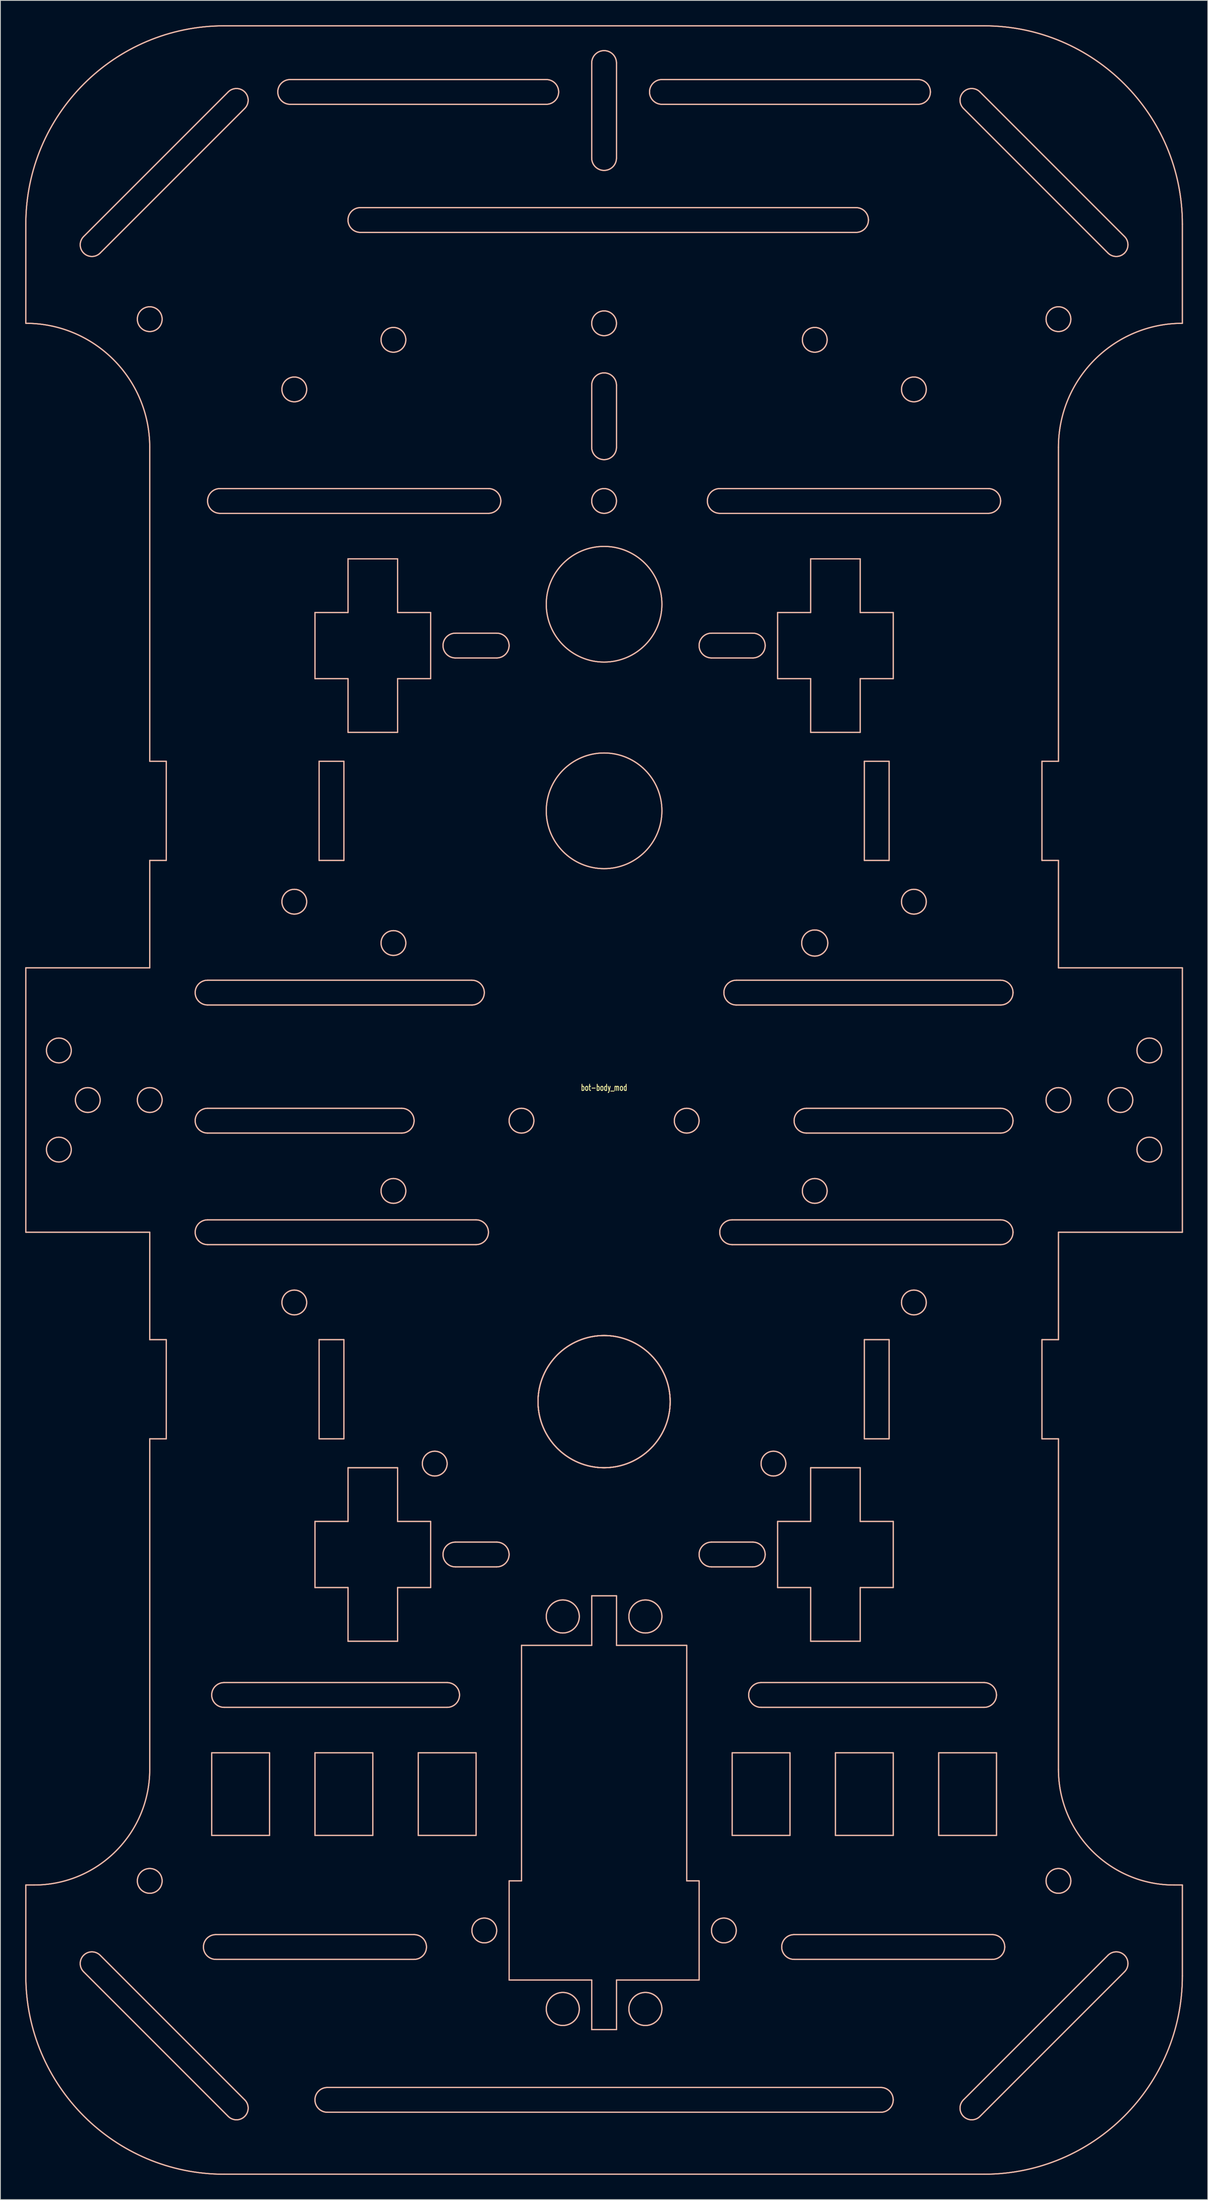
<source format=kicad_pcb>
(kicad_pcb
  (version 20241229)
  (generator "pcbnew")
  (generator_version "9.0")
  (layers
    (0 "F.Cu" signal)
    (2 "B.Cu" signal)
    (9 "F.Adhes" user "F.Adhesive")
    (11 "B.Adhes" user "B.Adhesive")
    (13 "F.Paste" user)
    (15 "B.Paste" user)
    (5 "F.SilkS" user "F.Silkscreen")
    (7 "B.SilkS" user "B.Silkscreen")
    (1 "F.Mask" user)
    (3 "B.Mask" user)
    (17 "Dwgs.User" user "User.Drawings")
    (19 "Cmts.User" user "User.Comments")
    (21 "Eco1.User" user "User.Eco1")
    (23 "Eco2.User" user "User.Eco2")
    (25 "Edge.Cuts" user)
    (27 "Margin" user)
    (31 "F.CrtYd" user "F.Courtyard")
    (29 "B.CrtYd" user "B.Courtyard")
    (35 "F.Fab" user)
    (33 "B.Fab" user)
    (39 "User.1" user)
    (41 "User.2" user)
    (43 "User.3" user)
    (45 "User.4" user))
  (footprint "bot-body_mod"
    (layer "F.Cu")
    (at 70.075 130.075)
    (property "Reference" "bot-body_mod" (at 0 -1.5 0) (layer "F.SilkS") (effects (font (size 0.762 0.508) (thickness 0.102))))
    (attr through_hole)
    (fp_line (start -70 -94) (end -70 -106) (stroke (width 0.15) (type solid)) (layer "F.SilkS"))
    (fp_line (start -70 -16) (end -70 16) (stroke (width 0.15) (type solid)) (layer "F.SilkS"))
    (fp_line (start -70 16) (end -55 16) (stroke (width 0.15) (type solid)) (layer "F.SilkS"))
    (fp_line (start -70 106) (end -70 95) (stroke (width 0.15) (type solid)) (layer "F.SilkS"))
    (fp_line (start -69 95) (end -70 95) (stroke (width 0.15) (type solid)) (layer "F.SilkS"))
    (fp_line (start -61 103.5) (end -43.5 121) (stroke (width 0.15) (type solid)) (layer "F.SilkS"))
    (fp_line (start -55 -79) (end -55 -41) (stroke (width 0.15) (type solid)) (layer "F.SilkS"))
    (fp_line (start -55 -41) (end -53 -41) (stroke (width 0.15) (type solid)) (layer "F.SilkS"))
    (fp_line (start -55 -29) (end -55 -16) (stroke (width 0.15) (type solid)) (layer "F.SilkS"))
    (fp_line (start -55 -16) (end -70 -16) (stroke (width 0.15) (type solid)) (layer "F.SilkS"))
    (fp_line (start -55 16) (end -55 29) (stroke (width 0.15) (type solid)) (layer "F.SilkS"))
    (fp_line (start -55 29) (end -53 29) (stroke (width 0.15) (type solid)) (layer "F.SilkS"))
    (fp_line (start -55 41) (end -55 81) (stroke (width 0.15) (type solid)) (layer "F.SilkS"))
    (fp_line (start -53 -41) (end -53 -29) (stroke (width 0.15) (type solid)) (layer "F.SilkS"))
    (fp_line (start -53 -29) (end -55 -29) (stroke (width 0.15) (type solid)) (layer "F.SilkS"))
    (fp_line (start -53 29) (end -53 41) (stroke (width 0.15) (type solid)) (layer "F.SilkS"))
    (fp_line (start -53 41) (end -55 41) (stroke (width 0.15) (type solid)) (layer "F.SilkS"))
    (fp_line (start -48 -14.5) (end -16 -14.5) (stroke (width 0.15) (type solid)) (layer "F.SilkS"))
    (fp_line (start -48 4) (end -24.5 4) (stroke (width 0.15) (type solid)) (layer "F.SilkS"))
    (fp_line (start -48 14.5) (end -15.5 14.5) (stroke (width 0.15) (type solid)) (layer "F.SilkS"))
    (fp_line (start -47.5 79) (end -40.5 79) (stroke (width 0.15) (type solid)) (layer "F.SilkS"))
    (fp_line (start -47.5 89) (end -47.5 79) (stroke (width 0.15) (type solid)) (layer "F.SilkS"))
    (fp_line (start -46 -130) (end 46 -130) (stroke (width 0.15) (type solid)) (layer "F.SilkS"))
    (fp_line (start -45.5 -122) (end -63 -104.5) (stroke (width 0.15) (type solid)) (layer "F.SilkS"))
    (fp_line (start -45.5 123) (end -63 105.5) (stroke (width 0.15) (type solid)) (layer "F.SilkS"))
    (fp_line (start -43.5 -120) (end -61 -102.5) (stroke (width 0.15) (type solid)) (layer "F.SilkS"))
    (fp_line (start -40.5 79) (end -40.5 89) (stroke (width 0.15) (type solid)) (layer "F.SilkS"))
    (fp_line (start -40.5 89) (end -47.5 89) (stroke (width 0.15) (type solid)) (layer "F.SilkS"))
    (fp_line (start -35 -59) (end -35 -51) (stroke (width 0.15) (type solid)) (layer "F.SilkS"))
    (fp_line (start -35 -51) (end -31 -51) (stroke (width 0.15) (type solid)) (layer "F.SilkS"))
    (fp_line (start -35 51) (end -35 59) (stroke (width 0.15) (type solid)) (layer "F.SilkS"))
    (fp_line (start -35 59) (end -31 59) (stroke (width 0.15) (type solid)) (layer "F.SilkS"))
    (fp_line (start -35 79) (end -28 79) (stroke (width 0.15) (type solid)) (layer "F.SilkS"))
    (fp_line (start -35 89) (end -35 79) (stroke (width 0.15) (type solid)) (layer "F.SilkS"))
    (fp_line (start -34.5 -41) (end -34.5 -29) (stroke (width 0.15) (type solid)) (layer "F.SilkS"))
    (fp_line (start -34.5 -29) (end -31.5 -29) (stroke (width 0.15) (type solid)) (layer "F.SilkS"))
    (fp_line (start -34.5 29) (end -34.5 41) (stroke (width 0.15) (type solid)) (layer "F.SilkS"))
    (fp_line (start -34.5 41) (end -31.5 41) (stroke (width 0.15) (type solid)) (layer "F.SilkS"))
    (fp_line (start -33.5 119.5) (end 33.5 119.5) (stroke (width 0.15) (type solid)) (layer "F.SilkS"))
    (fp_line (start -31.5 -41) (end -34.5 -41) (stroke (width 0.15) (type solid)) (layer "F.SilkS"))
    (fp_line (start -31.5 -29) (end -31.5 -41) (stroke (width 0.15) (type solid)) (layer "F.SilkS"))
    (fp_line (start -31.5 29) (end -34.5 29) (stroke (width 0.15) (type solid)) (layer "F.SilkS"))
    (fp_line (start -31.5 41) (end -31.5 29) (stroke (width 0.15) (type solid)) (layer "F.SilkS"))
    (fp_line (start -31 -65.5) (end -31 -59) (stroke (width 0.15) (type solid)) (layer "F.SilkS"))
    (fp_line (start -31 -59) (end -35 -59) (stroke (width 0.15) (type solid)) (layer "F.SilkS"))
    (fp_line (start -31 -51) (end -31 -44.5) (stroke (width 0.15) (type solid)) (layer "F.SilkS"))
    (fp_line (start -31 -44.5) (end -25 -44.5) (stroke (width 0.15) (type solid)) (layer "F.SilkS"))
    (fp_line (start -31 44.5) (end -31 51) (stroke (width 0.15) (type solid)) (layer "F.SilkS"))
    (fp_line (start -31 51) (end -35 51) (stroke (width 0.15) (type solid)) (layer "F.SilkS"))
    (fp_line (start -31 59) (end -31 65.5) (stroke (width 0.15) (type solid)) (layer "F.SilkS"))
    (fp_line (start -31 65.5) (end -25 65.5) (stroke (width 0.15) (type solid)) (layer "F.SilkS"))
    (fp_line (start -29.5 -105) (end 30.5 -105) (stroke (width 0.15) (type solid)) (layer "F.SilkS"))
    (fp_line (start -28 79) (end -28 89) (stroke (width 0.15) (type solid)) (layer "F.SilkS"))
    (fp_line (start -28 89) (end -35 89) (stroke (width 0.15) (type solid)) (layer "F.SilkS"))
    (fp_line (start -25 -65.5) (end -31 -65.5) (stroke (width 0.15) (type solid)) (layer "F.SilkS"))
    (fp_line (start -25 -59) (end -25 -65.5) (stroke (width 0.15) (type solid)) (layer "F.SilkS"))
    (fp_line (start -25 -51) (end -21 -51) (stroke (width 0.15) (type solid)) (layer "F.SilkS"))
    (fp_line (start -25 -44.5) (end -25 -51) (stroke (width 0.15) (type solid)) (layer "F.SilkS"))
    (fp_line (start -25 44.5) (end -31 44.5) (stroke (width 0.15) (type solid)) (layer "F.SilkS"))
    (fp_line (start -25 51) (end -25 44.5) (stroke (width 0.15) (type solid)) (layer "F.SilkS"))
    (fp_line (start -25 59) (end -21 59) (stroke (width 0.15) (type solid)) (layer "F.SilkS"))
    (fp_line (start -25 65.5) (end -25 59) (stroke (width 0.15) (type solid)) (layer "F.SilkS"))
    (fp_line (start -24.5 1) (end -48 1) (stroke (width 0.15) (type solid)) (layer "F.SilkS"))
    (fp_line (start -23 101) (end -47 101) (stroke (width 0.15) (type solid)) (layer "F.SilkS"))
    (fp_line (start -23 104) (end -47 104) (stroke (width 0.15) (type solid)) (layer "F.SilkS"))
    (fp_line (start -22.5 79) (end -15.5 79) (stroke (width 0.15) (type solid)) (layer "F.SilkS"))
    (fp_line (start -22.5 89) (end -22.5 79) (stroke (width 0.15) (type solid)) (layer "F.SilkS"))
    (fp_line (start -21 -59) (end -25 -59) (stroke (width 0.15) (type solid)) (layer "F.SilkS"))
    (fp_line (start -21 -51) (end -21 -59) (stroke (width 0.15) (type solid)) (layer "F.SilkS"))
    (fp_line (start -21 51) (end -25 51) (stroke (width 0.15) (type solid)) (layer "F.SilkS"))
    (fp_line (start -21 59) (end -21 51) (stroke (width 0.15) (type solid)) (layer "F.SilkS"))
    (fp_line (start -19 70.5) (end -46 70.5) (stroke (width 0.15) (type solid)) (layer "F.SilkS"))
    (fp_line (start -19 73.5) (end -46 73.5) (stroke (width 0.15) (type solid)) (layer "F.SilkS"))
    (fp_line (start -18 -56.5) (end -13 -56.5) (stroke (width 0.15) (type solid)) (layer "F.SilkS"))
    (fp_line (start -18 53.5) (end -13 53.5) (stroke (width 0.15) (type solid)) (layer "F.SilkS"))
    (fp_line (start -16 -11.5) (end -48 -11.5) (stroke (width 0.15) (type solid)) (layer "F.SilkS"))
    (fp_line (start -15.5 17.5) (end -48 17.5) (stroke (width 0.15) (type solid)) (layer "F.SilkS"))
    (fp_line (start -15.5 79) (end -15.5 89) (stroke (width 0.15) (type solid)) (layer "F.SilkS"))
    (fp_line (start -15.5 89) (end -22.5 89) (stroke (width 0.15) (type solid)) (layer "F.SilkS"))
    (fp_line (start -14 -74) (end -46.5 -74) (stroke (width 0.15) (type solid)) (layer "F.SilkS"))
    (fp_line (start -14 -71) (end -46.5 -71) (stroke (width 0.15) (type solid)) (layer "F.SilkS"))
    (fp_line (start -13 -53.5) (end -18 -53.5) (stroke (width 0.15) (type solid)) (layer "F.SilkS"))
    (fp_line (start -13 56.5) (end -18 56.5) (stroke (width 0.15) (type solid)) (layer "F.SilkS"))
    (fp_line (start -11.5 94.5) (end -10 94.5) (stroke (width 0.15) (type solid)) (layer "F.SilkS"))
    (fp_line (start -11.5 106.5) (end -11.5 94.5) (stroke (width 0.15) (type solid)) (layer "F.SilkS"))
    (fp_line (start -10 66) (end -1.5 66) (stroke (width 0.15) (type solid)) (layer "F.SilkS"))
    (fp_line (start -10 94.5) (end -10 66) (stroke (width 0.15) (type solid)) (layer "F.SilkS"))
    (fp_line (start -7 -123.5) (end -38 -123.5) (stroke (width 0.15) (type solid)) (layer "F.SilkS"))
    (fp_line (start -7 -120.5) (end -38 -120.5) (stroke (width 0.15) (type solid)) (layer "F.SilkS"))
    (fp_line (start -1.5 -114) (end -1.5 -125.5) (stroke (width 0.15) (type solid)) (layer "F.SilkS"))
    (fp_line (start -1.5 -86.5) (end -1.5 -79) (stroke (width 0.15) (type solid)) (layer "F.SilkS"))
    (fp_line (start -1.5 60) (end 1.5 60) (stroke (width 0.15) (type solid)) (layer "F.SilkS"))
    (fp_line (start -1.5 66) (end -1.5 60) (stroke (width 0.15) (type solid)) (layer "F.SilkS"))
    (fp_line (start -1.5 106.5) (end -11.5 106.5) (stroke (width 0.15) (type solid)) (layer "F.SilkS"))
    (fp_line (start -1.5 112.5) (end -1.5 106.5) (stroke (width 0.15) (type solid)) (layer "F.SilkS"))
    (fp_line (start 1.5 -125.5) (end 1.5 -114) (stroke (width 0.15) (type solid)) (layer "F.SilkS"))
    (fp_line (start 1.5 -79) (end 1.5 -86.5) (stroke (width 0.15) (type solid)) (layer "F.SilkS"))
    (fp_line (start 1.5 60) (end 1.5 66) (stroke (width 0.15) (type solid)) (layer "F.SilkS"))
    (fp_line (start 1.5 66) (end 10 66) (stroke (width 0.15) (type solid)) (layer "F.SilkS"))
    (fp_line (start 1.5 106.5) (end 1.5 112.5) (stroke (width 0.15) (type solid)) (layer "F.SilkS"))
    (fp_line (start 1.5 112.5) (end -1.5 112.5) (stroke (width 0.15) (type solid)) (layer "F.SilkS"))
    (fp_line (start 7 -123.5) (end 38 -123.5) (stroke (width 0.15) (type solid)) (layer "F.SilkS"))
    (fp_line (start 7 -120.5) (end 38 -120.5) (stroke (width 0.15) (type solid)) (layer "F.SilkS"))
    (fp_line (start 10 66) (end 10 94.5) (stroke (width 0.15) (type solid)) (layer "F.SilkS"))
    (fp_line (start 10 94.5) (end 11.5 94.5) (stroke (width 0.15) (type solid)) (layer "F.SilkS"))
    (fp_line (start 11.5 94.5) (end 11.5 106.5) (stroke (width 0.15) (type solid)) (layer "F.SilkS"))
    (fp_line (start 11.5 106.5) (end 1.5 106.5) (stroke (width 0.15) (type solid)) (layer "F.SilkS"))
    (fp_line (start 13 -53.5) (end 18 -53.5) (stroke (width 0.15) (type solid)) (layer "F.SilkS"))
    (fp_line (start 13 56.5) (end 18 56.5) (stroke (width 0.15) (type solid)) (layer "F.SilkS"))
    (fp_line (start 14 -74) (end 46.5 -74) (stroke (width 0.15) (type solid)) (layer "F.SilkS"))
    (fp_line (start 14 -71) (end 46.5 -71) (stroke (width 0.15) (type solid)) (layer "F.SilkS"))
    (fp_line (start 15.5 14.5) (end 48 14.5) (stroke (width 0.15) (type solid)) (layer "F.SilkS"))
    (fp_line (start 15.5 79) (end 22.5 79) (stroke (width 0.15) (type solid)) (layer "F.SilkS"))
    (fp_line (start 15.5 89) (end 15.5 79) (stroke (width 0.15) (type solid)) (layer "F.SilkS"))
    (fp_line (start 16 -14.5) (end 48 -14.5) (stroke (width 0.15) (type solid)) (layer "F.SilkS"))
    (fp_line (start 18 -56.5) (end 13 -56.5) (stroke (width 0.15) (type solid)) (layer "F.SilkS"))
    (fp_line (start 18 53.5) (end 13 53.5) (stroke (width 0.15) (type solid)) (layer "F.SilkS"))
    (fp_line (start 19 70.5) (end 46 70.5) (stroke (width 0.15) (type solid)) (layer "F.SilkS"))
    (fp_line (start 19 73.5) (end 46 73.5) (stroke (width 0.15) (type solid)) (layer "F.SilkS"))
    (fp_line (start 21 -59) (end 21 -51) (stroke (width 0.15) (type solid)) (layer "F.SilkS"))
    (fp_line (start 21 -51) (end 25 -51) (stroke (width 0.15) (type solid)) (layer "F.SilkS"))
    (fp_line (start 21 51) (end 21 59) (stroke (width 0.15) (type solid)) (layer "F.SilkS"))
    (fp_line (start 21 59) (end 25 59) (stroke (width 0.15) (type solid)) (layer "F.SilkS"))
    (fp_line (start 22.5 79) (end 22.5 89) (stroke (width 0.15) (type solid)) (layer "F.SilkS"))
    (fp_line (start 22.5 89) (end 15.5 89) (stroke (width 0.15) (type solid)) (layer "F.SilkS"))
    (fp_line (start 23 101) (end 47 101) (stroke (width 0.15) (type solid)) (layer "F.SilkS"))
    (fp_line (start 24.5 1) (end 48 1) (stroke (width 0.15) (type solid)) (layer "F.SilkS"))
    (fp_line (start 25 -65.5) (end 25 -59) (stroke (width 0.15) (type solid)) (layer "F.SilkS"))
    (fp_line (start 25 -59) (end 21 -59) (stroke (width 0.15) (type solid)) (layer "F.SilkS"))
    (fp_line (start 25 -51) (end 25 -44.5) (stroke (width 0.15) (type solid)) (layer "F.SilkS"))
    (fp_line (start 25 -44.5) (end 31 -44.5) (stroke (width 0.15) (type solid)) (layer "F.SilkS"))
    (fp_line (start 25 44.5) (end 25 51) (stroke (width 0.15) (type solid)) (layer "F.SilkS"))
    (fp_line (start 25 51) (end 21 51) (stroke (width 0.15) (type solid)) (layer "F.SilkS"))
    (fp_line (start 25 59) (end 25 65.5) (stroke (width 0.15) (type solid)) (layer "F.SilkS"))
    (fp_line (start 25 65.5) (end 31 65.5) (stroke (width 0.15) (type solid)) (layer "F.SilkS"))
    (fp_line (start 28 79) (end 35 79) (stroke (width 0.15) (type solid)) (layer "F.SilkS"))
    (fp_line (start 28 89) (end 28 79) (stroke (width 0.15) (type solid)) (layer "F.SilkS"))
    (fp_line (start 30.5 -108) (end -29.5 -108) (stroke (width 0.15) (type solid)) (layer "F.SilkS"))
    (fp_line (start 31 -65.5) (end 25 -65.5) (stroke (width 0.15) (type solid)) (layer "F.SilkS"))
    (fp_line (start 31 -59) (end 31 -65.5) (stroke (width 0.15) (type solid)) (layer "F.SilkS"))
    (fp_line (start 31 -51) (end 35 -51) (stroke (width 0.15) (type solid)) (layer "F.SilkS"))
    (fp_line (start 31 -44.5) (end 31 -51) (stroke (width 0.15) (type solid)) (layer "F.SilkS"))
    (fp_line (start 31 44.5) (end 25 44.5) (stroke (width 0.15) (type solid)) (layer "F.SilkS"))
    (fp_line (start 31 51) (end 31 44.5) (stroke (width 0.15) (type solid)) (layer "F.SilkS"))
    (fp_line (start 31 59) (end 35 59) (stroke (width 0.15) (type solid)) (layer "F.SilkS"))
    (fp_line (start 31 65.5) (end 31 59) (stroke (width 0.15) (type solid)) (layer "F.SilkS"))
    (fp_line (start 31.5 -29) (end 31.5 -41) (stroke (width 0.15) (type solid)) (layer "F.SilkS"))
    (fp_line (start 31.5 -29) (end 34.5 -29) (stroke (width 0.15) (type solid)) (layer "F.SilkS"))
    (fp_line (start 31.5 29) (end 34.5 29) (stroke (width 0.15) (type solid)) (layer "F.SilkS"))
    (fp_line (start 31.5 41) (end 31.5 29) (stroke (width 0.15) (type solid)) (layer "F.SilkS"))
    (fp_line (start 33.5 122.5) (end -33.5 122.5) (stroke (width 0.15) (type solid)) (layer "F.SilkS"))
    (fp_line (start 34.5 -41) (end 31.5 -41) (stroke (width 0.15) (type solid)) (layer "F.SilkS"))
    (fp_line (start 34.5 -41) (end 34.5 -29) (stroke (width 0.15) (type solid)) (layer "F.SilkS"))
    (fp_line (start 34.5 29) (end 34.5 41) (stroke (width 0.15) (type solid)) (layer "F.SilkS"))
    (fp_line (start 34.5 41) (end 31.5 41) (stroke (width 0.15) (type solid)) (layer "F.SilkS"))
    (fp_line (start 35 -59) (end 31 -59) (stroke (width 0.15) (type solid)) (layer "F.SilkS"))
    (fp_line (start 35 -51) (end 35 -59) (stroke (width 0.15) (type solid)) (layer "F.SilkS"))
    (fp_line (start 35 51) (end 31 51) (stroke (width 0.15) (type solid)) (layer "F.SilkS"))
    (fp_line (start 35 59) (end 35 51) (stroke (width 0.15) (type solid)) (layer "F.SilkS"))
    (fp_line (start 35 79) (end 35 89) (stroke (width 0.15) (type solid)) (layer "F.SilkS"))
    (fp_line (start 35 89) (end 28 89) (stroke (width 0.15) (type solid)) (layer "F.SilkS"))
    (fp_line (start 40.5 79) (end 47.5 79) (stroke (width 0.15) (type solid)) (layer "F.SilkS"))
    (fp_line (start 40.5 89) (end 40.5 79) (stroke (width 0.15) (type solid)) (layer "F.SilkS"))
    (fp_line (start 45.5 -122) (end 63 -104.5) (stroke (width 0.15) (type solid)) (layer "F.SilkS"))
    (fp_line (start 45.5 123) (end 63 105.5) (stroke (width 0.15) (type solid)) (layer "F.SilkS"))
    (fp_line (start 46 130) (end -46 130) (stroke (width 0.15) (type solid)) (layer "F.SilkS"))
    (fp_line (start 47 104) (end 23 104) (stroke (width 0.15) (type solid)) (layer "F.SilkS"))
    (fp_line (start 47.5 79) (end 47.5 89) (stroke (width 0.15) (type solid)) (layer "F.SilkS"))
    (fp_line (start 47.5 89) (end 40.5 89) (stroke (width 0.15) (type solid)) (layer "F.SilkS"))
    (fp_line (start 48 -11.5) (end 16 -11.5) (stroke (width 0.15) (type solid)) (layer "F.SilkS"))
    (fp_line (start 48 4) (end 24.5 4) (stroke (width 0.15) (type solid)) (layer "F.SilkS"))
    (fp_line (start 48 17.5) (end 15.5 17.5) (stroke (width 0.15) (type solid)) (layer "F.SilkS"))
    (fp_line (start 53 -41) (end 55 -41) (stroke (width 0.15) (type solid)) (layer "F.SilkS"))
    (fp_line (start 53 -29) (end 53 -41) (stroke (width 0.15) (type solid)) (layer "F.SilkS"))
    (fp_line (start 53 29) (end 55 29) (stroke (width 0.15) (type solid)) (layer "F.SilkS"))
    (fp_line (start 53 41) (end 53 29) (stroke (width 0.15) (type solid)) (layer "F.SilkS"))
    (fp_line (start 55 -41) (end 55 -79) (stroke (width 0.15) (type solid)) (layer "F.SilkS"))
    (fp_line (start 55 -29) (end 53 -29) (stroke (width 0.15) (type solid)) (layer "F.SilkS"))
    (fp_line (start 55 -16) (end 55 -29) (stroke (width 0.15) (type solid)) (layer "F.SilkS"))
    (fp_line (start 55 16) (end 70 16) (stroke (width 0.15) (type solid)) (layer "F.SilkS"))
    (fp_line (start 55 29) (end 55 16) (stroke (width 0.15) (type solid)) (layer "F.SilkS"))
    (fp_line (start 55 41) (end 53 41) (stroke (width 0.15) (type solid)) (layer "F.SilkS"))
    (fp_line (start 55 81) (end 55 41) (stroke (width 0.15) (type solid)) (layer "F.SilkS"))
    (fp_line (start 61 -102.5) (end 43.5 -120) (stroke (width 0.15) (type solid)) (layer "F.SilkS"))
    (fp_line (start 61 103.5) (end 43.5 121) (stroke (width 0.15) (type solid)) (layer "F.SilkS"))
    (fp_line (start 69 95) (end 70 95) (stroke (width 0.15) (type solid)) (layer "F.SilkS"))
    (fp_line (start 70 -94) (end 70 -106) (stroke (width 0.15) (type solid)) (layer "F.SilkS"))
    (fp_line (start 70 -16) (end 55 -16) (stroke (width 0.15) (type solid)) (layer "F.SilkS"))
    (fp_line (start 70 16) (end 70 -16) (stroke (width 0.15) (type solid)) (layer "F.SilkS"))
    (fp_line (start 70 106) (end 70 95) (stroke (width 0.15) (type solid)) (layer "F.SilkS"))
    (fp_arc (start -70 -106) (mid -62.970563 -122.970563) (end -46 -130) (stroke (width 0.15) (type solid)) (layer "F.SilkS"))
    (fp_arc (start -70 -94) (mid -59.393398 -89.606602) (end -55 -79) (stroke (width 0.15) (type solid)) (layer "F.SilkS"))
    (fp_arc (start -63 -102.5) (mid -63.414214 -103.5) (end -63 -104.5) (stroke (width 0.15) (type solid)) (layer "F.SilkS"))
    (fp_arc (start -63 103.5) (mid -62 103.085786) (end -61 103.5) (stroke (width 0.15) (type solid)) (layer "F.SilkS"))
    (fp_arc (start -63 105.5) (mid -63.414214 104.5) (end -63 103.5) (stroke (width 0.15) (type solid)) (layer "F.SilkS"))
    (fp_arc (start -61 -102.5) (mid -62 -102.085786) (end -63 -102.5) (stroke (width 0.15) (type solid)) (layer "F.SilkS"))
    (fp_arc (start -55 81) (mid -59.100505 90.899495) (end -69 95) (stroke (width 0.15) (type solid)) (layer "F.SilkS"))
    (fp_arc (start -49.5 -13) (mid -49.06066 -14.06066) (end -48 -14.5) (stroke (width 0.15) (type solid)) (layer "F.SilkS"))
    (fp_arc (start -49.5 2.5) (mid -49.06066 1.43934) (end -48 1) (stroke (width 0.15) (type solid)) (layer "F.SilkS"))
    (fp_arc (start -49.5 16) (mid -49.06066 14.93934) (end -48 14.5) (stroke (width 0.15) (type solid)) (layer "F.SilkS"))
    (fp_arc (start -48.5 102.5) (mid -48.06066 101.43934) (end -47 101) (stroke (width 0.15) (type solid)) (layer "F.SilkS"))
    (fp_arc (start -48 -72.5) (mid -47.56066 -73.56066) (end -46.5 -74) (stroke (width 0.15) (type solid)) (layer "F.SilkS"))
    (fp_arc (start -48 -11.5) (mid -49.06066 -11.93934) (end -49.5 -13) (stroke (width 0.15) (type solid)) (layer "F.SilkS"))
    (fp_arc (start -48 4) (mid -49.06066 3.56066) (end -49.5 2.5) (stroke (width 0.15) (type solid)) (layer "F.SilkS"))
    (fp_arc (start -48 17.5) (mid -49.06066 17.06066) (end -49.5 16) (stroke (width 0.15) (type solid)) (layer "F.SilkS"))
    (fp_arc (start -47.5 72) (mid -47.06066 70.93934) (end -46 70.5) (stroke (width 0.15) (type solid)) (layer "F.SilkS"))
    (fp_arc (start -47 104) (mid -48.06066 103.56066) (end -48.5 102.5) (stroke (width 0.15) (type solid)) (layer "F.SilkS"))
    (fp_arc (start -46.5 -71) (mid -47.56066 -71.43934) (end -48 -72.5) (stroke (width 0.15) (type solid)) (layer "F.SilkS"))
    (fp_arc (start -46 73.5) (mid -47.06066 73.06066) (end -47.5 72) (stroke (width 0.15) (type solid)) (layer "F.SilkS"))
    (fp_arc (start -46 130) (mid -62.970563 122.970563) (end -70 106) (stroke (width 0.15) (type solid)) (layer "F.SilkS"))
    (fp_arc (start -45.5 -122) (mid -44.5 -122.414214) (end -43.5 -122) (stroke (width 0.15) (type solid)) (layer "F.SilkS"))
    (fp_arc (start -43.5 -122) (mid -43.085786 -121) (end -43.5 -120) (stroke (width 0.15) (type solid)) (layer "F.SilkS"))
    (fp_arc (start -43.5 121) (mid -43.085786 122) (end -43.5 123) (stroke (width 0.15) (type solid)) (layer "F.SilkS"))
    (fp_arc (start -43.5 123) (mid -44.5 123.414214) (end -45.5 123) (stroke (width 0.15) (type solid)) (layer "F.SilkS"))
    (fp_arc (start -39.5 -122) (mid -39.06066 -123.06066) (end -38 -123.5) (stroke (width 0.15) (type solid)) (layer "F.SilkS"))
    (fp_arc (start -38 -120.5) (mid -39.06066 -120.93934) (end -39.5 -122) (stroke (width 0.15) (type solid)) (layer "F.SilkS"))
    (fp_arc (start -35 121) (mid -34.56066 119.93934) (end -33.5 119.5) (stroke (width 0.15) (type solid)) (layer "F.SilkS"))
    (fp_arc (start -33.5 122.5) (mid -34.56066 122.06066) (end -35 121) (stroke (width 0.15) (type solid)) (layer "F.SilkS"))
    (fp_arc (start -31 -106.5) (mid -30.56066 -107.56066) (end -29.5 -108) (stroke (width 0.15) (type solid)) (layer "F.SilkS"))
    (fp_arc (start -29.5 -105) (mid -30.56066 -105.43934) (end -31 -106.5) (stroke (width 0.15) (type solid)) (layer "F.SilkS"))
    (fp_arc (start -24.5 1) (mid -23.43934 1.43934) (end -23 2.5) (stroke (width 0.15) (type solid)) (layer "F.SilkS"))
    (fp_arc (start -23 2.5) (mid -23.43934 3.56066) (end -24.5 4) (stroke (width 0.15) (type solid)) (layer "F.SilkS"))
    (fp_arc (start -23 101) (mid -21.93934 101.43934) (end -21.5 102.5) (stroke (width 0.15) (type solid)) (layer "F.SilkS"))
    (fp_arc (start -21.5 102.5) (mid -21.93934 103.56066) (end -23 104) (stroke (width 0.15) (type solid)) (layer "F.SilkS"))
    (fp_arc (start -19.5 -55) (mid -19.06066 -56.06066) (end -18 -56.5) (stroke (width 0.15) (type solid)) (layer "F.SilkS"))
    (fp_arc (start -19.5 55) (mid -19.06066 53.93934) (end -18 53.5) (stroke (width 0.15) (type solid)) (layer "F.SilkS"))
    (fp_arc (start -19 70.5) (mid -17.93934 70.93934) (end -17.5 72) (stroke (width 0.15) (type solid)) (layer "F.SilkS"))
    (fp_arc (start -18 -53.5) (mid -19.06066 -53.93934) (end -19.5 -55) (stroke (width 0.15) (type solid)) (layer "F.SilkS"))
    (fp_arc (start -18 56.5) (mid -19.06066 56.06066) (end -19.5 55) (stroke (width 0.15) (type solid)) (layer "F.SilkS"))
    (fp_arc (start -17.5 72) (mid -17.93934 73.06066) (end -19 73.5) (stroke (width 0.15) (type solid)) (layer "F.SilkS"))
    (fp_arc (start -16 -14.5) (mid -14.93934 -14.06066) (end -14.5 -13) (stroke (width 0.15) (type solid)) (layer "F.SilkS"))
    (fp_arc (start -15.5 14.5) (mid -14.43934 14.93934) (end -14 16) (stroke (width 0.15) (type solid)) (layer "F.SilkS"))
    (fp_arc (start -14.5 -13) (mid -14.93934 -11.93934) (end -16 -11.5) (stroke (width 0.15) (type solid)) (layer "F.SilkS"))
    (fp_arc (start -14 -74) (mid -12.93934 -73.56066) (end -12.5 -72.5) (stroke (width 0.15) (type solid)) (layer "F.SilkS"))
    (fp_arc (start -14 16) (mid -14.43934 17.06066) (end -15.5 17.5) (stroke (width 0.15) (type solid)) (layer "F.SilkS"))
    (fp_arc (start -13 -56.5) (mid -11.93934 -56.06066) (end -11.5 -55) (stroke (width 0.15) (type solid)) (layer "F.SilkS"))
    (fp_arc (start -13 53.5) (mid -11.93934 53.93934) (end -11.5 55) (stroke (width 0.15) (type solid)) (layer "F.SilkS"))
    (fp_arc (start -12.5 -72.5) (mid -12.93934 -71.43934) (end -14 -71) (stroke (width 0.15) (type solid)) (layer "F.SilkS"))
    (fp_arc (start -11.5 -55) (mid -11.93934 -53.93934) (end -13 -53.5) (stroke (width 0.15) (type solid)) (layer "F.SilkS"))
    (fp_arc (start -11.5 55) (mid -11.93934 56.06066) (end -13 56.5) (stroke (width 0.15) (type solid)) (layer "F.SilkS"))
    (fp_arc (start -7 -123.5) (mid -5.93934 -123.06066) (end -5.5 -122) (stroke (width 0.15) (type solid)) (layer "F.SilkS"))
    (fp_arc (start -5.5 -122) (mid -5.93934 -120.93934) (end -7 -120.5) (stroke (width 0.15) (type solid)) (layer "F.SilkS"))
    (fp_arc (start -1.5 -125.5) (mid -1.06066 -126.56066) (end 0 -127) (stroke (width 0.15) (type solid)) (layer "F.SilkS"))
    (fp_arc (start -1.5 -86.5) (mid -1.06066 -87.56066) (end 0 -88) (stroke (width 0.15) (type solid)) (layer "F.SilkS"))
    (fp_arc (start 0 -127) (mid 1.06066 -126.56066) (end 1.5 -125.5) (stroke (width 0.15) (type solid)) (layer "F.SilkS"))
    (fp_arc (start 0 -112.5) (mid -1.06066 -112.93934) (end -1.5 -114) (stroke (width 0.15) (type solid)) (layer "F.SilkS"))
    (fp_arc (start 0 -88) (mid 1.06066 -87.56066) (end 1.5 -86.5) (stroke (width 0.15) (type solid)) (layer "F.SilkS"))
    (fp_arc (start 0 -77.5) (mid -1.06066 -77.93934) (end -1.5 -79) (stroke (width 0.15) (type solid)) (layer "F.SilkS"))
    (fp_arc (start 1.5 -114) (mid 1.06066 -112.93934) (end 0 -112.5) (stroke (width 0.15) (type solid)) (layer "F.SilkS"))
    (fp_arc (start 1.5 -79) (mid 1.06066 -77.93934) (end 0 -77.5) (stroke (width 0.15) (type solid)) (layer "F.SilkS"))
    (fp_arc (start 5.5 -122) (mid 5.93934 -123.06066) (end 7 -123.5) (stroke (width 0.15) (type solid)) (layer "F.SilkS"))
    (fp_arc (start 7 -120.5) (mid 5.93934 -120.93934) (end 5.5 -122) (stroke (width 0.15) (type solid)) (layer "F.SilkS"))
    (fp_arc (start 11.5 -55) (mid 11.93934 -56.06066) (end 13 -56.5) (stroke (width 0.15) (type solid)) (layer "F.SilkS"))
    (fp_arc (start 11.5 55) (mid 11.93934 53.93934) (end 13 53.5) (stroke (width 0.15) (type solid)) (layer "F.SilkS"))
    (fp_arc (start 12.5 -72.5) (mid 12.93934 -73.56066) (end 14 -74) (stroke (width 0.15) (type solid)) (layer "F.SilkS"))
    (fp_arc (start 13 -53.5) (mid 11.93934 -53.93934) (end 11.5 -55) (stroke (width 0.15) (type solid)) (layer "F.SilkS"))
    (fp_arc (start 13 56.5) (mid 11.93934 56.06066) (end 11.5 55) (stroke (width 0.15) (type solid)) (layer "F.SilkS"))
    (fp_arc (start 14 -71) (mid 12.93934 -71.43934) (end 12.5 -72.5) (stroke (width 0.15) (type solid)) (layer "F.SilkS"))
    (fp_arc (start 14 16) (mid 14.43934 14.93934) (end 15.5 14.5) (stroke (width 0.15) (type solid)) (layer "F.SilkS"))
    (fp_arc (start 14.5 -13) (mid 14.93934 -14.06066) (end 16 -14.5) (stroke (width 0.15) (type solid)) (layer "F.SilkS"))
    (fp_arc (start 15.5 17.5) (mid 14.43934 17.06066) (end 14 16) (stroke (width 0.15) (type solid)) (layer "F.SilkS"))
    (fp_arc (start 16 -11.5) (mid 14.93934 -11.93934) (end 14.5 -13) (stroke (width 0.15) (type solid)) (layer "F.SilkS"))
    (fp_arc (start 17.5 72) (mid 17.93934 70.93934) (end 19 70.5) (stroke (width 0.15) (type solid)) (layer "F.SilkS"))
    (fp_arc (start 18 -56.5) (mid 19.06066 -56.06066) (end 19.5 -55) (stroke (width 0.15) (type solid)) (layer "F.SilkS"))
    (fp_arc (start 18 53.5) (mid 19.06066 53.93934) (end 19.5 55) (stroke (width 0.15) (type solid)) (layer "F.SilkS"))
    (fp_arc (start 19 73.5) (mid 17.93934 73.06066) (end 17.5 72) (stroke (width 0.15) (type solid)) (layer "F.SilkS"))
    (fp_arc (start 19.5 -55) (mid 19.06066 -53.93934) (end 18 -53.5) (stroke (width 0.15) (type solid)) (layer "F.SilkS"))
    (fp_arc (start 19.5 55) (mid 19.06066 56.06066) (end 18 56.5) (stroke (width 0.15) (type solid)) (layer "F.SilkS"))
    (fp_arc (start 21.5 102.5) (mid 21.93934 101.43934) (end 23 101) (stroke (width 0.15) (type solid)) (layer "F.SilkS"))
    (fp_arc (start 23 2.5) (mid 23.43934 1.43934) (end 24.5 1) (stroke (width 0.15) (type solid)) (layer "F.SilkS"))
    (fp_arc (start 23 104) (mid 21.93934 103.56066) (end 21.5 102.5) (stroke (width 0.15) (type solid)) (layer "F.SilkS"))
    (fp_arc (start 24.5 4) (mid 23.43934 3.56066) (end 23 2.5) (stroke (width 0.15) (type solid)) (layer "F.SilkS"))
    (fp_arc (start 30.5 -108) (mid 31.56066 -107.56066) (end 32 -106.5) (stroke (width 0.15) (type solid)) (layer "F.SilkS"))
    (fp_arc (start 32 -106.5) (mid 31.56066 -105.43934) (end 30.5 -105) (stroke (width 0.15) (type solid)) (layer "F.SilkS"))
    (fp_arc (start 33.5 119.5) (mid 34.56066 119.93934) (end 35 121) (stroke (width 0.15) (type solid)) (layer "F.SilkS"))
    (fp_arc (start 35 121) (mid 34.56066 122.06066) (end 33.5 122.5) (stroke (width 0.15) (type solid)) (layer "F.SilkS"))
    (fp_arc (start 38 -123.5) (mid 39.06066 -123.06066) (end 39.5 -122) (stroke (width 0.15) (type solid)) (layer "F.SilkS"))
    (fp_arc (start 39.5 -122) (mid 39.06066 -120.93934) (end 38 -120.5) (stroke (width 0.15) (type solid)) (layer "F.SilkS"))
    (fp_arc (start 43.5 -122) (mid 44.5 -122.414214) (end 45.5 -122) (stroke (width 0.15) (type solid)) (layer "F.SilkS"))
    (fp_arc (start 43.5 -120) (mid 43.085786 -121) (end 43.5 -122) (stroke (width 0.15) (type solid)) (layer "F.SilkS"))
    (fp_arc (start 43.5 123) (mid 43.085786 122) (end 43.5 121) (stroke (width 0.15) (type solid)) (layer "F.SilkS"))
    (fp_arc (start 45.5 123) (mid 44.5 123.414214) (end 43.5 123) (stroke (width 0.15) (type solid)) (layer "F.SilkS"))
    (fp_arc (start 46 -130) (mid 62.970563 -122.970563) (end 70 -106) (stroke (width 0.15) (type solid)) (layer "F.SilkS"))
    (fp_arc (start 46 70.5) (mid 47.06066 70.93934) (end 47.5 72) (stroke (width 0.15) (type solid)) (layer "F.SilkS"))
    (fp_arc (start 46.5 -74) (mid 47.56066 -73.56066) (end 48 -72.5) (stroke (width 0.15) (type solid)) (layer "F.SilkS"))
    (fp_arc (start 47 101) (mid 48.06066 101.43934) (end 48.5 102.5) (stroke (width 0.15) (type solid)) (layer "F.SilkS"))
    (fp_arc (start 47.5 72) (mid 47.06066 73.06066) (end 46 73.5) (stroke (width 0.15) (type solid)) (layer "F.SilkS"))
    (fp_arc (start 48 -72.5) (mid 47.56066 -71.43934) (end 46.5 -71) (stroke (width 0.15) (type solid)) (layer "F.SilkS"))
    (fp_arc (start 48 -14.5) (mid 49.06066 -14.06066) (end 49.5 -13) (stroke (width 0.15) (type solid)) (layer "F.SilkS"))
    (fp_arc (start 48 1) (mid 49.06066 1.43934) (end 49.5 2.5) (stroke (width 0.15) (type solid)) (layer "F.SilkS"))
    (fp_arc (start 48 14.5) (mid 49.06066 14.93934) (end 49.5 16) (stroke (width 0.15) (type solid)) (layer "F.SilkS"))
    (fp_arc (start 48.5 102.5) (mid 48.06066 103.56066) (end 47 104) (stroke (width 0.15) (type solid)) (layer "F.SilkS"))
    (fp_arc (start 49.5 -13) (mid 49.06066 -11.93934) (end 48 -11.5) (stroke (width 0.15) (type solid)) (layer "F.SilkS"))
    (fp_arc (start 49.5 2.5) (mid 49.06066 3.56066) (end 48 4) (stroke (width 0.15) (type solid)) (layer "F.SilkS"))
    (fp_arc (start 49.5 16) (mid 49.06066 17.06066) (end 48 17.5) (stroke (width 0.15) (type solid)) (layer "F.SilkS"))
    (fp_arc (start 55 -79) (mid 59.393398 -89.606602) (end 70 -94) (stroke (width 0.15) (type solid)) (layer "F.SilkS"))
    (fp_arc (start 61 103.5) (mid 62 103.085786) (end 63 103.5) (stroke (width 0.15) (type solid)) (layer "F.SilkS"))
    (fp_arc (start 63 -104.5) (mid 63.414214 -103.5) (end 63 -102.5) (stroke (width 0.15) (type solid)) (layer "F.SilkS"))
    (fp_arc (start 63 -102.5) (mid 62 -102.085786) (end 61 -102.5) (stroke (width 0.15) (type solid)) (layer "F.SilkS"))
    (fp_arc (start 63 103.5) (mid 63.414214 104.5) (end 63 105.5) (stroke (width 0.15) (type solid)) (layer "F.SilkS"))
    (fp_arc (start 69 95) (mid 59.100505 90.899495) (end 55 81) (stroke (width 0.15) (type solid)) (layer "F.SilkS"))
    (fp_arc (start 70 106) (mid 62.970563 122.970563) (end 46 130) (stroke (width 0.15) (type solid)) (layer "F.SilkS"))
    (fp_circle (center -66 -6) (end -67.5 -6) (stroke (width 0.15) (type solid)) (fill no) (layer "F.SilkS"))
    (fp_circle (center -66 6) (end -67.5 6) (stroke (width 0.15) (type solid)) (fill no) (layer "F.SilkS"))
    (fp_circle (center -62.5 0) (end -64 0) (stroke (width 0.15) (type solid)) (fill no) (layer "F.SilkS"))
    (fp_circle (center -55 -94.5) (end -56.5 -94.5) (stroke (width 0.15) (type solid)) (fill no) (layer "F.SilkS"))
    (fp_circle (center -55 0) (end -56.5 0) (stroke (width 0.15) (type solid)) (fill no) (layer "F.SilkS"))
    (fp_circle (center -55 94.5) (end -56.5 94.5) (stroke (width 0.15) (type solid)) (fill no) (layer "F.SilkS"))
    (fp_circle (center -37.5 -86) (end -39 -86) (stroke (width 0.15) (type solid)) (fill no) (layer "F.SilkS"))
    (fp_circle (center -37.5 -24) (end -39 -24) (stroke (width 0.15) (type solid)) (fill no) (layer "F.SilkS"))
    (fp_circle (center -37.5 24.5) (end -39 24.5) (stroke (width 0.15) (type solid)) (fill no) (layer "F.SilkS"))
    (fp_circle (center -25.5 -92) (end -27 -92) (stroke (width 0.15) (type solid)) (fill no) (layer "F.SilkS"))
    (fp_circle (center -25.5 -19) (end -27 -19) (stroke (width 0.15) (type solid)) (fill no) (layer "F.SilkS"))
    (fp_circle (center -25.5 11) (end -27 11) (stroke (width 0.15) (type solid)) (fill no) (layer "F.SilkS"))
    (fp_circle (center -20.5 44) (end -22 44) (stroke (width 0.15) (type solid)) (fill no) (layer "F.SilkS"))
    (fp_circle (center -14.5 100.5) (end -16 100.5) (stroke (width 0.15) (type solid)) (fill no) (layer "F.SilkS"))
    (fp_circle (center -10 2.5) (end -11.5 2.5) (stroke (width 0.15) (type solid)) (fill no) (layer "F.SilkS"))
    (fp_circle (center -5 62.5) (end -3 62.5) (stroke (width 0.15) (type solid)) (fill no) (layer "F.SilkS"))
    (fp_circle (center -5 110) (end -3 110) (stroke (width 0.15) (type solid)) (fill no) (layer "F.SilkS"))
    (fp_circle (center 0 -94) (end 0 -95.5) (stroke (width 0.15) (type solid)) (fill no) (layer "F.SilkS"))
    (fp_circle (center 0 -72.5) (end 0 -74) (stroke (width 0.15) (type solid)) (fill no) (layer "F.SilkS"))
    (fp_circle (center 0 -60) (end 0 -67) (stroke (width 0.15) (type solid)) (fill no) (layer "F.SilkS"))
    (fp_circle (center 0 -35) (end 0 -42) (stroke (width 0.15) (type solid)) (fill no) (layer "F.SilkS"))
    (fp_circle (center 0 36.5) (end 0 44.5) (stroke (width 0.15) (type solid)) (fill no) (layer "F.SilkS"))
    (fp_circle (center 0 36.5) (end 0 44.5) (stroke (width 0.15) (type solid)) (fill no) (layer "F.SilkS"))
    (fp_circle (center 5 62.5) (end 3 62.5) (stroke (width 0.15) (type solid)) (fill no) (layer "F.SilkS"))
    (fp_circle (center 5 110) (end 7 110) (stroke (width 0.15) (type solid)) (fill no) (layer "F.SilkS"))
    (fp_circle (center 10 2.5) (end 11.5 2.5) (stroke (width 0.15) (type solid)) (fill no) (layer "F.SilkS"))
    (fp_circle (center 14.5 100.5) (end 16 100.5) (stroke (width 0.15) (type solid)) (fill no) (layer "F.SilkS"))
    (fp_circle (center 20.5 44) (end 22 44) (stroke (width 0.15) (type solid)) (fill no) (layer "F.SilkS"))
    (fp_circle (center 25.5 -92) (end 27 -92) (stroke (width 0.15) (type solid)) (fill no) (layer "F.SilkS"))
    (fp_circle (center 25.5 -19) (end 24 -19.5) (stroke (width 0.15) (type solid)) (fill no) (layer "F.SilkS"))
    (fp_circle (center 25.5 11) (end 24 11) (stroke (width 0.15) (type solid)) (fill no) (layer "F.SilkS"))
    (fp_circle (center 37.5 -86) (end 39 -86) (stroke (width 0.15) (type solid)) (fill no) (layer "F.SilkS"))
    (fp_circle (center 37.5 -24) (end 39 -24) (stroke (width 0.15) (type solid)) (fill no) (layer "F.SilkS"))
    (fp_circle (center 37.5 24.5) (end 39 24.5) (stroke (width 0.15) (type solid)) (fill no) (layer "F.SilkS"))
    (fp_circle (center 55 -94.5) (end 56.5 -94.5) (stroke (width 0.15) (type solid)) (fill no) (layer "F.SilkS"))
    (fp_circle (center 55 0) (end 56.5 0) (stroke (width 0.15) (type solid)) (fill no) (layer "F.SilkS"))
    (fp_circle (center 55 94.5) (end 56.5 94.5) (stroke (width 0.15) (type solid)) (fill no) (layer "F.SilkS"))
    (fp_circle (center 62.5 0) (end 64 0) (stroke (width 0.15) (type solid)) (fill no) (layer "F.SilkS"))
    (fp_circle (center 66 -6) (end 67.5 -6) (stroke (width 0.15) (type solid)) (fill no) (layer "F.SilkS"))
    (fp_circle (center 66 6) (end 67.5 6) (stroke (width 0.15) (type solid)) (fill no) (layer "F.SilkS"))
    (fp_line (start -70 -94) (end -70 -106) (stroke (width 0.15) (type solid)) (layer "B.SilkS"))
    (fp_line (start -70 -16) (end -70 16) (stroke (width 0.15) (type solid)) (layer "B.SilkS"))
    (fp_line (start -70 16) (end -55 16) (stroke (width 0.15) (type solid)) (layer "B.SilkS"))
    (fp_line (start -70 106) (end -70 95) (stroke (width 0.15) (type solid)) (layer "B.SilkS"))
    (fp_line (start -69 95) (end -70 95) (stroke (width 0.15) (type solid)) (layer "B.SilkS"))
    (fp_line (start -61 103.5) (end -43.5 121) (stroke (width 0.15) (type solid)) (layer "B.SilkS"))
    (fp_line (start -55 -79) (end -55 -41) (stroke (width 0.15) (type solid)) (layer "B.SilkS"))
    (fp_line (start -55 -41) (end -53 -41) (stroke (width 0.15) (type solid)) (layer "B.SilkS"))
    (fp_line (start -55 -29) (end -55 -16) (stroke (width 0.15) (type solid)) (layer "B.SilkS"))
    (fp_line (start -55 -16) (end -70 -16) (stroke (width 0.15) (type solid)) (layer "B.SilkS"))
    (fp_line (start -55 16) (end -55 29) (stroke (width 0.15) (type solid)) (layer "B.SilkS"))
    (fp_line (start -55 29) (end -53 29) (stroke (width 0.15) (type solid)) (layer "B.SilkS"))
    (fp_line (start -55 41) (end -55 81) (stroke (width 0.15) (type solid)) (layer "B.SilkS"))
    (fp_line (start -53 -41) (end -53 -29) (stroke (width 0.15) (type solid)) (layer "B.SilkS"))
    (fp_line (start -53 -29) (end -55 -29) (stroke (width 0.15) (type solid)) (layer "B.SilkS"))
    (fp_line (start -53 29) (end -53 41) (stroke (width 0.15) (type solid)) (layer "B.SilkS"))
    (fp_line (start -53 41) (end -55 41) (stroke (width 0.15) (type solid)) (layer "B.SilkS"))
    (fp_line (start -48 -14.5) (end -16 -14.5) (stroke (width 0.15) (type solid)) (layer "B.SilkS"))
    (fp_line (start -48 4) (end -24.5 4) (stroke (width 0.15) (type solid)) (layer "B.SilkS"))
    (fp_line (start -48 14.5) (end -15.5 14.5) (stroke (width 0.15) (type solid)) (layer "B.SilkS"))
    (fp_line (start -47.5 79) (end -40.5 79) (stroke (width 0.15) (type solid)) (layer "B.SilkS"))
    (fp_line (start -47.5 89) (end -47.5 79) (stroke (width 0.15) (type solid)) (layer "B.SilkS"))
    (fp_line (start -46 -130) (end 46 -130) (stroke (width 0.15) (type solid)) (layer "B.SilkS"))
    (fp_line (start -45.5 -122) (end -63 -104.5) (stroke (width 0.15) (type solid)) (layer "B.SilkS"))
    (fp_line (start -45.5 123) (end -63 105.5) (stroke (width 0.15) (type solid)) (layer "B.SilkS"))
    (fp_line (start -43.5 -120) (end -61 -102.5) (stroke (width 0.15) (type solid)) (layer "B.SilkS"))
    (fp_line (start -40.5 79) (end -40.5 89) (stroke (width 0.15) (type solid)) (layer "B.SilkS"))
    (fp_line (start -40.5 89) (end -47.5 89) (stroke (width 0.15) (type solid)) (layer "B.SilkS"))
    (fp_line (start -35 -59) (end -35 -51) (stroke (width 0.15) (type solid)) (layer "B.SilkS"))
    (fp_line (start -35 -51) (end -31 -51) (stroke (width 0.15) (type solid)) (layer "B.SilkS"))
    (fp_line (start -35 51) (end -35 59) (stroke (width 0.15) (type solid)) (layer "B.SilkS"))
    (fp_line (start -35 59) (end -31 59) (stroke (width 0.15) (type solid)) (layer "B.SilkS"))
    (fp_line (start -35 79) (end -28 79) (stroke (width 0.15) (type solid)) (layer "B.SilkS"))
    (fp_line (start -35 89) (end -35 79) (stroke (width 0.15) (type solid)) (layer "B.SilkS"))
    (fp_line (start -34.5 -41) (end -34.5 -29) (stroke (width 0.15) (type solid)) (layer "B.SilkS"))
    (fp_line (start -34.5 -29) (end -31.5 -29) (stroke (width 0.15) (type solid)) (layer "B.SilkS"))
    (fp_line (start -34.5 29) (end -34.5 41) (stroke (width 0.15) (type solid)) (layer "B.SilkS"))
    (fp_line (start -34.5 41) (end -31.5 41) (stroke (width 0.15) (type solid)) (layer "B.SilkS"))
    (fp_line (start -33.5 119.5) (end 33.5 119.5) (stroke (width 0.15) (type solid)) (layer "B.SilkS"))
    (fp_line (start -31.5 -41) (end -34.5 -41) (stroke (width 0.15) (type solid)) (layer "B.SilkS"))
    (fp_line (start -31.5 -29) (end -31.5 -41) (stroke (width 0.15) (type solid)) (layer "B.SilkS"))
    (fp_line (start -31.5 29) (end -34.5 29) (stroke (width 0.15) (type solid)) (layer "B.SilkS"))
    (fp_line (start -31.5 41) (end -31.5 29) (stroke (width 0.15) (type solid)) (layer "B.SilkS"))
    (fp_line (start -31 -65.5) (end -31 -59) (stroke (width 0.15) (type solid)) (layer "B.SilkS"))
    (fp_line (start -31 -59) (end -35 -59) (stroke (width 0.15) (type solid)) (layer "B.SilkS"))
    (fp_line (start -31 -51) (end -31 -44.5) (stroke (width 0.15) (type solid)) (layer "B.SilkS"))
    (fp_line (start -31 -44.5) (end -25 -44.5) (stroke (width 0.15) (type solid)) (layer "B.SilkS"))
    (fp_line (start -31 44.5) (end -31 51) (stroke (width 0.15) (type solid)) (layer "B.SilkS"))
    (fp_line (start -31 51) (end -35 51) (stroke (width 0.15) (type solid)) (layer "B.SilkS"))
    (fp_line (start -31 59) (end -31 65.5) (stroke (width 0.15) (type solid)) (layer "B.SilkS"))
    (fp_line (start -31 65.5) (end -25 65.5) (stroke (width 0.15) (type solid)) (layer "B.SilkS"))
    (fp_line (start -29.5 -105) (end 30.5 -105) (stroke (width 0.15) (type solid)) (layer "B.SilkS"))
    (fp_line (start -28 79) (end -28 89) (stroke (width 0.15) (type solid)) (layer "B.SilkS"))
    (fp_line (start -28 89) (end -35 89) (stroke (width 0.15) (type solid)) (layer "B.SilkS"))
    (fp_line (start -25 -65.5) (end -31 -65.5) (stroke (width 0.15) (type solid)) (layer "B.SilkS"))
    (fp_line (start -25 -59) (end -25 -65.5) (stroke (width 0.15) (type solid)) (layer "B.SilkS"))
    (fp_line (start -25 -51) (end -21 -51) (stroke (width 0.15) (type solid)) (layer "B.SilkS"))
    (fp_line (start -25 -44.5) (end -25 -51) (stroke (width 0.15) (type solid)) (layer "B.SilkS"))
    (fp_line (start -25 44.5) (end -31 44.5) (stroke (width 0.15) (type solid)) (layer "B.SilkS"))
    (fp_line (start -25 51) (end -25 44.5) (stroke (width 0.15) (type solid)) (layer "B.SilkS"))
    (fp_line (start -25 59) (end -21 59) (stroke (width 0.15) (type solid)) (layer "B.SilkS"))
    (fp_line (start -25 65.5) (end -25 59) (stroke (width 0.15) (type solid)) (layer "B.SilkS"))
    (fp_line (start -24.5 1) (end -48 1) (stroke (width 0.15) (type solid)) (layer "B.SilkS"))
    (fp_line (start -23 101) (end -47 101) (stroke (width 0.15) (type solid)) (layer "B.SilkS"))
    (fp_line (start -23 104) (end -47 104) (stroke (width 0.15) (type solid)) (layer "B.SilkS"))
    (fp_line (start -22.5 79) (end -15.5 79) (stroke (width 0.15) (type solid)) (layer "B.SilkS"))
    (fp_line (start -22.5 89) (end -22.5 79) (stroke (width 0.15) (type solid)) (layer "B.SilkS"))
    (fp_line (start -21 -59) (end -25 -59) (stroke (width 0.15) (type solid)) (layer "B.SilkS"))
    (fp_line (start -21 -51) (end -21 -59) (stroke (width 0.15) (type solid)) (layer "B.SilkS"))
    (fp_line (start -21 51) (end -25 51) (stroke (width 0.15) (type solid)) (layer "B.SilkS"))
    (fp_line (start -21 59) (end -21 51) (stroke (width 0.15) (type solid)) (layer "B.SilkS"))
    (fp_line (start -19 70.5) (end -46 70.5) (stroke (width 0.15) (type solid)) (layer "B.SilkS"))
    (fp_line (start -19 73.5) (end -46 73.5) (stroke (width 0.15) (type solid)) (layer "B.SilkS"))
    (fp_line (start -18 -56.5) (end -13 -56.5) (stroke (width 0.15) (type solid)) (layer "B.SilkS"))
    (fp_line (start -18 53.5) (end -13 53.5) (stroke (width 0.15) (type solid)) (layer "B.SilkS"))
    (fp_line (start -16 -11.5) (end -48 -11.5) (stroke (width 0.15) (type solid)) (layer "B.SilkS"))
    (fp_line (start -15.5 17.5) (end -48 17.5) (stroke (width 0.15) (type solid)) (layer "B.SilkS"))
    (fp_line (start -15.5 79) (end -15.5 89) (stroke (width 0.15) (type solid)) (layer "B.SilkS"))
    (fp_line (start -15.5 89) (end -22.5 89) (stroke (width 0.15) (type solid)) (layer "B.SilkS"))
    (fp_line (start -14 -74) (end -46.5 -74) (stroke (width 0.15) (type solid)) (layer "B.SilkS"))
    (fp_line (start -14 -71) (end -46.5 -71) (stroke (width 0.15) (type solid)) (layer "B.SilkS"))
    (fp_line (start -13 -53.5) (end -18 -53.5) (stroke (width 0.15) (type solid)) (layer "B.SilkS"))
    (fp_line (start -13 56.5) (end -18 56.5) (stroke (width 0.15) (type solid)) (layer "B.SilkS"))
    (fp_line (start -11.5 94.5) (end -10 94.5) (stroke (width 0.15) (type solid)) (layer "B.SilkS"))
    (fp_line (start -11.5 106.5) (end -11.5 94.5) (stroke (width 0.15) (type solid)) (layer "B.SilkS"))
    (fp_line (start -10 66) (end -1.5 66) (stroke (width 0.15) (type solid)) (layer "B.SilkS"))
    (fp_line (start -10 94.5) (end -10 66) (stroke (width 0.15) (type solid)) (layer "B.SilkS"))
    (fp_line (start -7 -123.5) (end -38 -123.5) (stroke (width 0.15) (type solid)) (layer "B.SilkS"))
    (fp_line (start -7 -120.5) (end -38 -120.5) (stroke (width 0.15) (type solid)) (layer "B.SilkS"))
    (fp_line (start -1.5 -114) (end -1.5 -125.5) (stroke (width 0.15) (type solid)) (layer "B.SilkS"))
    (fp_line (start -1.5 -86.5) (end -1.5 -79) (stroke (width 0.15) (type solid)) (layer "B.SilkS"))
    (fp_line (start -1.5 60) (end 1.5 60) (stroke (width 0.15) (type solid)) (layer "B.SilkS"))
    (fp_line (start -1.5 66) (end -1.5 60) (stroke (width 0.15) (type solid)) (layer "B.SilkS"))
    (fp_line (start -1.5 106.5) (end -11.5 106.5) (stroke (width 0.15) (type solid)) (layer "B.SilkS"))
    (fp_line (start -1.5 112.5) (end -1.5 106.5) (stroke (width 0.15) (type solid)) (layer "B.SilkS"))
    (fp_line (start 1.5 -125.5) (end 1.5 -114) (stroke (width 0.15) (type solid)) (layer "B.SilkS"))
    (fp_line (start 1.5 -79) (end 1.5 -86.5) (stroke (width 0.15) (type solid)) (layer "B.SilkS"))
    (fp_line (start 1.5 60) (end 1.5 66) (stroke (width 0.15) (type solid)) (layer "B.SilkS"))
    (fp_line (start 1.5 66) (end 10 66) (stroke (width 0.15) (type solid)) (layer "B.SilkS"))
    (fp_line (start 1.5 106.5) (end 1.5 112.5) (stroke (width 0.15) (type solid)) (layer "B.SilkS"))
    (fp_line (start 1.5 112.5) (end -1.5 112.5) (stroke (width 0.15) (type solid)) (layer "B.SilkS"))
    (fp_line (start 7 -123.5) (end 38 -123.5) (stroke (width 0.15) (type solid)) (layer "B.SilkS"))
    (fp_line (start 7 -120.5) (end 38 -120.5) (stroke (width 0.15) (type solid)) (layer "B.SilkS"))
    (fp_line (start 10 66) (end 10 94.5) (stroke (width 0.15) (type solid)) (layer "B.SilkS"))
    (fp_line (start 10 94.5) (end 11.5 94.5) (stroke (width 0.15) (type solid)) (layer "B.SilkS"))
    (fp_line (start 11.5 94.5) (end 11.5 106.5) (stroke (width 0.15) (type solid)) (layer "B.SilkS"))
    (fp_line (start 11.5 106.5) (end 1.5 106.5) (stroke (width 0.15) (type solid)) (layer "B.SilkS"))
    (fp_line (start 13 -53.5) (end 18 -53.5) (stroke (width 0.15) (type solid)) (layer "B.SilkS"))
    (fp_line (start 13 56.5) (end 18 56.5) (stroke (width 0.15) (type solid)) (layer "B.SilkS"))
    (fp_line (start 14 -74) (end 46.5 -74) (stroke (width 0.15) (type solid)) (layer "B.SilkS"))
    (fp_line (start 14 -71) (end 46.5 -71) (stroke (width 0.15) (type solid)) (layer "B.SilkS"))
    (fp_line (start 15.5 14.5) (end 48 14.5) (stroke (width 0.15) (type solid)) (layer "B.SilkS"))
    (fp_line (start 15.5 79) (end 22.5 79) (stroke (width 0.15) (type solid)) (layer "B.SilkS"))
    (fp_line (start 15.5 89) (end 15.5 79) (stroke (width 0.15) (type solid)) (layer "B.SilkS"))
    (fp_line (start 16 -14.5) (end 48 -14.5) (stroke (width 0.15) (type solid)) (layer "B.SilkS"))
    (fp_line (start 18 -56.5) (end 13 -56.5) (stroke (width 0.15) (type solid)) (layer "B.SilkS"))
    (fp_line (start 18 53.5) (end 13 53.5) (stroke (width 0.15) (type solid)) (layer "B.SilkS"))
    (fp_line (start 19 70.5) (end 46 70.5) (stroke (width 0.15) (type solid)) (layer "B.SilkS"))
    (fp_line (start 19 73.5) (end 46 73.5) (stroke (width 0.15) (type solid)) (layer "B.SilkS"))
    (fp_line (start 21 -59) (end 21 -51) (stroke (width 0.15) (type solid)) (layer "B.SilkS"))
    (fp_line (start 21 -51) (end 25 -51) (stroke (width 0.15) (type solid)) (layer "B.SilkS"))
    (fp_line (start 21 51) (end 21 59) (stroke (width 0.15) (type solid)) (layer "B.SilkS"))
    (fp_line (start 21 59) (end 25 59) (stroke (width 0.15) (type solid)) (layer "B.SilkS"))
    (fp_line (start 22.5 79) (end 22.5 89) (stroke (width 0.15) (type solid)) (layer "B.SilkS"))
    (fp_line (start 22.5 89) (end 15.5 89) (stroke (width 0.15) (type solid)) (layer "B.SilkS"))
    (fp_line (start 23 101) (end 47 101) (stroke (width 0.15) (type solid)) (layer "B.SilkS"))
    (fp_line (start 24.5 1) (end 48 1) (stroke (width 0.15) (type solid)) (layer "B.SilkS"))
    (fp_line (start 25 -65.5) (end 25 -59) (stroke (width 0.15) (type solid)) (layer "B.SilkS"))
    (fp_line (start 25 -59) (end 21 -59) (stroke (width 0.15) (type solid)) (layer "B.SilkS"))
    (fp_line (start 25 -51) (end 25 -44.5) (stroke (width 0.15) (type solid)) (layer "B.SilkS"))
    (fp_line (start 25 -44.5) (end 31 -44.5) (stroke (width 0.15) (type solid)) (layer "B.SilkS"))
    (fp_line (start 25 44.5) (end 25 51) (stroke (width 0.15) (type solid)) (layer "B.SilkS"))
    (fp_line (start 25 51) (end 21 51) (stroke (width 0.15) (type solid)) (layer "B.SilkS"))
    (fp_line (start 25 59) (end 25 65.5) (stroke (width 0.15) (type solid)) (layer "B.SilkS"))
    (fp_line (start 25 65.5) (end 31 65.5) (stroke (width 0.15) (type solid)) (layer "B.SilkS"))
    (fp_line (start 28 79) (end 35 79) (stroke (width 0.15) (type solid)) (layer "B.SilkS"))
    (fp_line (start 28 89) (end 28 79) (stroke (width 0.15) (type solid)) (layer "B.SilkS"))
    (fp_line (start 30.5 -108) (end -29.5 -108) (stroke (width 0.15) (type solid)) (layer "B.SilkS"))
    (fp_line (start 31 -65.5) (end 25 -65.5) (stroke (width 0.15) (type solid)) (layer "B.SilkS"))
    (fp_line (start 31 -59) (end 31 -65.5) (stroke (width 0.15) (type solid)) (layer "B.SilkS"))
    (fp_line (start 31 -51) (end 35 -51) (stroke (width 0.15) (type solid)) (layer "B.SilkS"))
    (fp_line (start 31 -44.5) (end 31 -51) (stroke (width 0.15) (type solid)) (layer "B.SilkS"))
    (fp_line (start 31 44.5) (end 25 44.5) (stroke (width 0.15) (type solid)) (layer "B.SilkS"))
    (fp_line (start 31 51) (end 31 44.5) (stroke (width 0.15) (type solid)) (layer "B.SilkS"))
    (fp_line (start 31 59) (end 35 59) (stroke (width 0.15) (type solid)) (layer "B.SilkS"))
    (fp_line (start 31 65.5) (end 31 59) (stroke (width 0.15) (type solid)) (layer "B.SilkS"))
    (fp_line (start 31.5 -29) (end 31.5 -41) (stroke (width 0.15) (type solid)) (layer "B.SilkS"))
    (fp_line (start 31.5 -29) (end 34.5 -29) (stroke (width 0.15) (type solid)) (layer "B.SilkS"))
    (fp_line (start 31.5 29) (end 34.5 29) (stroke (width 0.15) (type solid)) (layer "B.SilkS"))
    (fp_line (start 31.5 41) (end 31.5 29) (stroke (width 0.15) (type solid)) (layer "B.SilkS"))
    (fp_line (start 33.5 122.5) (end -33.5 122.5) (stroke (width 0.15) (type solid)) (layer "B.SilkS"))
    (fp_line (start 34.5 -41) (end 31.5 -41) (stroke (width 0.15) (type solid)) (layer "B.SilkS"))
    (fp_line (start 34.5 -41) (end 34.5 -29) (stroke (width 0.15) (type solid)) (layer "B.SilkS"))
    (fp_line (start 34.5 29) (end 34.5 41) (stroke (width 0.15) (type solid)) (layer "B.SilkS"))
    (fp_line (start 34.5 41) (end 31.5 41) (stroke (width 0.15) (type solid)) (layer "B.SilkS"))
    (fp_line (start 35 -59) (end 31 -59) (stroke (width 0.15) (type solid)) (layer "B.SilkS"))
    (fp_line (start 35 -51) (end 35 -59) (stroke (width 0.15) (type solid)) (layer "B.SilkS"))
    (fp_line (start 35 51) (end 31 51) (stroke (width 0.15) (type solid)) (layer "B.SilkS"))
    (fp_line (start 35 59) (end 35 51) (stroke (width 0.15) (type solid)) (layer "B.SilkS"))
    (fp_line (start 35 79) (end 35 89) (stroke (width 0.15) (type solid)) (layer "B.SilkS"))
    (fp_line (start 35 89) (end 28 89) (stroke (width 0.15) (type solid)) (layer "B.SilkS"))
    (fp_line (start 40.5 79) (end 47.5 79) (stroke (width 0.15) (type solid)) (layer "B.SilkS"))
    (fp_line (start 40.5 89) (end 40.5 79) (stroke (width 0.15) (type solid)) (layer "B.SilkS"))
    (fp_line (start 45.5 -122) (end 63 -104.5) (stroke (width 0.15) (type solid)) (layer "B.SilkS"))
    (fp_line (start 45.5 123) (end 63 105.5) (stroke (width 0.15) (type solid)) (layer "B.SilkS"))
    (fp_line (start 46 130) (end -46 130) (stroke (width 0.15) (type solid)) (layer "B.SilkS"))
    (fp_line (start 47 104) (end 23 104) (stroke (width 0.15) (type solid)) (layer "B.SilkS"))
    (fp_line (start 47.5 79) (end 47.5 89) (stroke (width 0.15) (type solid)) (layer "B.SilkS"))
    (fp_line (start 47.5 89) (end 40.5 89) (stroke (width 0.15) (type solid)) (layer "B.SilkS"))
    (fp_line (start 48 -11.5) (end 16 -11.5) (stroke (width 0.15) (type solid)) (layer "B.SilkS"))
    (fp_line (start 48 4) (end 24.5 4) (stroke (width 0.15) (type solid)) (layer "B.SilkS"))
    (fp_line (start 48 17.5) (end 15.5 17.5) (stroke (width 0.15) (type solid)) (layer "B.SilkS"))
    (fp_line (start 53 -41) (end 55 -41) (stroke (width 0.15) (type solid)) (layer "B.SilkS"))
    (fp_line (start 53 -29) (end 53 -41) (stroke (width 0.15) (type solid)) (layer "B.SilkS"))
    (fp_line (start 53 29) (end 55 29) (stroke (width 0.15) (type solid)) (layer "B.SilkS"))
    (fp_line (start 53 41) (end 53 29) (stroke (width 0.15) (type solid)) (layer "B.SilkS"))
    (fp_line (start 55 -41) (end 55 -79) (stroke (width 0.15) (type solid)) (layer "B.SilkS"))
    (fp_line (start 55 -29) (end 53 -29) (stroke (width 0.15) (type solid)) (layer "B.SilkS"))
    (fp_line (start 55 -16) (end 55 -29) (stroke (width 0.15) (type solid)) (layer "B.SilkS"))
    (fp_line (start 55 16) (end 70 16) (stroke (width 0.15) (type solid)) (layer "B.SilkS"))
    (fp_line (start 55 29) (end 55 16) (stroke (width 0.15) (type solid)) (layer "B.SilkS"))
    (fp_line (start 55 41) (end 53 41) (stroke (width 0.15) (type solid)) (layer "B.SilkS"))
    (fp_line (start 55 81) (end 55 41) (stroke (width 0.15) (type solid)) (layer "B.SilkS"))
    (fp_line (start 61 -102.5) (end 43.5 -120) (stroke (width 0.15) (type solid)) (layer "B.SilkS"))
    (fp_line (start 61 103.5) (end 43.5 121) (stroke (width 0.15) (type solid)) (layer "B.SilkS"))
    (fp_line (start 69 95) (end 70 95) (stroke (width 0.15) (type solid)) (layer "B.SilkS"))
    (fp_line (start 70 -94) (end 70 -106) (stroke (width 0.15) (type solid)) (layer "B.SilkS"))
    (fp_line (start 70 -16) (end 55 -16) (stroke (width 0.15) (type solid)) (layer "B.SilkS"))
    (fp_line (start 70 16) (end 70 -16) (stroke (width 0.15) (type solid)) (layer "B.SilkS"))
    (fp_line (start 70 106) (end 70 95) (stroke (width 0.15) (type solid)) (layer "B.SilkS"))
    (fp_arc (start -70 -106) (mid -62.970563 -122.970563) (end -46 -130) (stroke (width 0.15) (type solid)) (layer "B.SilkS"))
    (fp_arc (start -70 -94) (mid -59.393398 -89.606602) (end -55 -79) (stroke (width 0.15) (type solid)) (layer "B.SilkS"))
    (fp_arc (start -63 -102.5) (mid -63.414214 -103.5) (end -63 -104.5) (stroke (width 0.15) (type solid)) (layer "B.SilkS"))
    (fp_arc (start -63 103.5) (mid -62 103.085786) (end -61 103.5) (stroke (width 0.15) (type solid)) (layer "B.SilkS"))
    (fp_arc (start -63 105.5) (mid -63.414214 104.5) (end -63 103.5) (stroke (width 0.15) (type solid)) (layer "B.SilkS"))
    (fp_arc (start -61 -102.5) (mid -62 -102.085786) (end -63 -102.5) (stroke (width 0.15) (type solid)) (layer "B.SilkS"))
    (fp_arc (start -55 81) (mid -59.100505 90.899495) (end -69 95) (stroke (width 0.15) (type solid)) (layer "B.SilkS"))
    (fp_arc (start -49.5 -13) (mid -49.06066 -14.06066) (end -48 -14.5) (stroke (width 0.15) (type solid)) (layer "B.SilkS"))
    (fp_arc (start -49.5 2.5) (mid -49.06066 1.43934) (end -48 1) (stroke (width 0.15) (type solid)) (layer "B.SilkS"))
    (fp_arc (start -49.5 16) (mid -49.06066 14.93934) (end -48 14.5) (stroke (width 0.15) (type solid)) (layer "B.SilkS"))
    (fp_arc (start -48.5 102.5) (mid -48.06066 101.43934) (end -47 101) (stroke (width 0.15) (type solid)) (layer "B.SilkS"))
    (fp_arc (start -48 -72.5) (mid -47.56066 -73.56066) (end -46.5 -74) (stroke (width 0.15) (type solid)) (layer "B.SilkS"))
    (fp_arc (start -48 -11.5) (mid -49.06066 -11.93934) (end -49.5 -13) (stroke (width 0.15) (type solid)) (layer "B.SilkS"))
    (fp_arc (start -48 4) (mid -49.06066 3.56066) (end -49.5 2.5) (stroke (width 0.15) (type solid)) (layer "B.SilkS"))
    (fp_arc (start -48 17.5) (mid -49.06066 17.06066) (end -49.5 16) (stroke (width 0.15) (type solid)) (layer "B.SilkS"))
    (fp_arc (start -47.5 72) (mid -47.06066 70.93934) (end -46 70.5) (stroke (width 0.15) (type solid)) (layer "B.SilkS"))
    (fp_arc (start -47 104) (mid -48.06066 103.56066) (end -48.5 102.5) (stroke (width 0.15) (type solid)) (layer "B.SilkS"))
    (fp_arc (start -46.5 -71) (mid -47.56066 -71.43934) (end -48 -72.5) (stroke (width 0.15) (type solid)) (layer "B.SilkS"))
    (fp_arc (start -46 73.5) (mid -47.06066 73.06066) (end -47.5 72) (stroke (width 0.15) (type solid)) (layer "B.SilkS"))
    (fp_arc (start -46 130) (mid -62.970563 122.970563) (end -70 106) (stroke (width 0.15) (type solid)) (layer "B.SilkS"))
    (fp_arc (start -45.5 -122) (mid -44.5 -122.414214) (end -43.5 -122) (stroke (width 0.15) (type solid)) (layer "B.SilkS"))
    (fp_arc (start -43.5 -122) (mid -43.085786 -121) (end -43.5 -120) (stroke (width 0.15) (type solid)) (layer "B.SilkS"))
    (fp_arc (start -43.5 121) (mid -43.085786 122) (end -43.5 123) (stroke (width 0.15) (type solid)) (layer "B.SilkS"))
    (fp_arc (start -43.5 123) (mid -44.5 123.414214) (end -45.5 123) (stroke (width 0.15) (type solid)) (layer "B.SilkS"))
    (fp_arc (start -39.5 -122) (mid -39.06066 -123.06066) (end -38 -123.5) (stroke (width 0.15) (type solid)) (layer "B.SilkS"))
    (fp_arc (start -38 -120.5) (mid -39.06066 -120.93934) (end -39.5 -122) (stroke (width 0.15) (type solid)) (layer "B.SilkS"))
    (fp_arc (start -35 121) (mid -34.56066 119.93934) (end -33.5 119.5) (stroke (width 0.15) (type solid)) (layer "B.SilkS"))
    (fp_arc (start -33.5 122.5) (mid -34.56066 122.06066) (end -35 121) (stroke (width 0.15) (type solid)) (layer "B.SilkS"))
    (fp_arc (start -31 -106.5) (mid -30.56066 -107.56066) (end -29.5 -108) (stroke (width 0.15) (type solid)) (layer "B.SilkS"))
    (fp_arc (start -29.5 -105) (mid -30.56066 -105.43934) (end -31 -106.5) (stroke (width 0.15) (type solid)) (layer "B.SilkS"))
    (fp_arc (start -24.5 1) (mid -23.43934 1.43934) (end -23 2.5) (stroke (width 0.15) (type solid)) (layer "B.SilkS"))
    (fp_arc (start -23 2.5) (mid -23.43934 3.56066) (end -24.5 4) (stroke (width 0.15) (type solid)) (layer "B.SilkS"))
    (fp_arc (start -23 101) (mid -21.93934 101.43934) (end -21.5 102.5) (stroke (width 0.15) (type solid)) (layer "B.SilkS"))
    (fp_arc (start -21.5 102.5) (mid -21.93934 103.56066) (end -23 104) (stroke (width 0.15) (type solid)) (layer "B.SilkS"))
    (fp_arc (start -19.5 -55) (mid -19.06066 -56.06066) (end -18 -56.5) (stroke (width 0.15) (type solid)) (layer "B.SilkS"))
    (fp_arc (start -19.5 55) (mid -19.06066 53.93934) (end -18 53.5) (stroke (width 0.15) (type solid)) (layer "B.SilkS"))
    (fp_arc (start -19 70.5) (mid -17.93934 70.93934) (end -17.5 72) (stroke (width 0.15) (type solid)) (layer "B.SilkS"))
    (fp_arc (start -18 -53.5) (mid -19.06066 -53.93934) (end -19.5 -55) (stroke (width 0.15) (type solid)) (layer "B.SilkS"))
    (fp_arc (start -18 56.5) (mid -19.06066 56.06066) (end -19.5 55) (stroke (width 0.15) (type solid)) (layer "B.SilkS"))
    (fp_arc (start -17.5 72) (mid -17.93934 73.06066) (end -19 73.5) (stroke (width 0.15) (type solid)) (layer "B.SilkS"))
    (fp_arc (start -16 -14.5) (mid -14.93934 -14.06066) (end -14.5 -13) (stroke (width 0.15) (type solid)) (layer "B.SilkS"))
    (fp_arc (start -15.5 14.5) (mid -14.43934 14.93934) (end -14 16) (stroke (width 0.15) (type solid)) (layer "B.SilkS"))
    (fp_arc (start -14.5 -13) (mid -14.93934 -11.93934) (end -16 -11.5) (stroke (width 0.15) (type solid)) (layer "B.SilkS"))
    (fp_arc (start -14 -74) (mid -12.93934 -73.56066) (end -12.5 -72.5) (stroke (width 0.15) (type solid)) (layer "B.SilkS"))
    (fp_arc (start -14 16) (mid -14.43934 17.06066) (end -15.5 17.5) (stroke (width 0.15) (type solid)) (layer "B.SilkS"))
    (fp_arc (start -13 -56.5) (mid -11.93934 -56.06066) (end -11.5 -55) (stroke (width 0.15) (type solid)) (layer "B.SilkS"))
    (fp_arc (start -13 53.5) (mid -11.93934 53.93934) (end -11.5 55) (stroke (width 0.15) (type solid)) (layer "B.SilkS"))
    (fp_arc (start -12.5 -72.5) (mid -12.93934 -71.43934) (end -14 -71) (stroke (width 0.15) (type solid)) (layer "B.SilkS"))
    (fp_arc (start -11.5 -55) (mid -11.93934 -53.93934) (end -13 -53.5) (stroke (width 0.15) (type solid)) (layer "B.SilkS"))
    (fp_arc (start -11.5 55) (mid -11.93934 56.06066) (end -13 56.5) (stroke (width 0.15) (type solid)) (layer "B.SilkS"))
    (fp_arc (start -7 -123.5) (mid -5.93934 -123.06066) (end -5.5 -122) (stroke (width 0.15) (type solid)) (layer "B.SilkS"))
    (fp_arc (start -5.5 -122) (mid -5.93934 -120.93934) (end -7 -120.5) (stroke (width 0.15) (type solid)) (layer "B.SilkS"))
    (fp_arc (start -1.5 -125.5) (mid -1.06066 -126.56066) (end 0 -127) (stroke (width 0.15) (type solid)) (layer "B.SilkS"))
    (fp_arc (start -1.5 -86.5) (mid -1.06066 -87.56066) (end 0 -88) (stroke (width 0.15) (type solid)) (layer "B.SilkS"))
    (fp_arc (start 0 -127) (mid 1.06066 -126.56066) (end 1.5 -125.5) (stroke (width 0.15) (type solid)) (layer "B.SilkS"))
    (fp_arc (start 0 -112.5) (mid -1.06066 -112.93934) (end -1.5 -114) (stroke (width 0.15) (type solid)) (layer "B.SilkS"))
    (fp_arc (start 0 -88) (mid 1.06066 -87.56066) (end 1.5 -86.5) (stroke (width 0.15) (type solid)) (layer "B.SilkS"))
    (fp_arc (start 0 -77.5) (mid -1.06066 -77.93934) (end -1.5 -79) (stroke (width 0.15) (type solid)) (layer "B.SilkS"))
    (fp_arc (start 1.5 -114) (mid 1.06066 -112.93934) (end 0 -112.5) (stroke (width 0.15) (type solid)) (layer "B.SilkS"))
    (fp_arc (start 1.5 -79) (mid 1.06066 -77.93934) (end 0 -77.5) (stroke (width 0.15) (type solid)) (layer "B.SilkS"))
    (fp_arc (start 5.5 -122) (mid 5.93934 -123.06066) (end 7 -123.5) (stroke (width 0.15) (type solid)) (layer "B.SilkS"))
    (fp_arc (start 7 -120.5) (mid 5.93934 -120.93934) (end 5.5 -122) (stroke (width 0.15) (type solid)) (layer "B.SilkS"))
    (fp_arc (start 11.5 -55) (mid 11.93934 -56.06066) (end 13 -56.5) (stroke (width 0.15) (type solid)) (layer "B.SilkS"))
    (fp_arc (start 11.5 55) (mid 11.93934 53.93934) (end 13 53.5) (stroke (width 0.15) (type solid)) (layer "B.SilkS"))
    (fp_arc (start 12.5 -72.5) (mid 12.93934 -73.56066) (end 14 -74) (stroke (width 0.15) (type solid)) (layer "B.SilkS"))
    (fp_arc (start 13 -53.5) (mid 11.93934 -53.93934) (end 11.5 -55) (stroke (width 0.15) (type solid)) (layer "B.SilkS"))
    (fp_arc (start 13 56.5) (mid 11.93934 56.06066) (end 11.5 55) (stroke (width 0.15) (type solid)) (layer "B.SilkS"))
    (fp_arc (start 14 -71) (mid 12.93934 -71.43934) (end 12.5 -72.5) (stroke (width 0.15) (type solid)) (layer "B.SilkS"))
    (fp_arc (start 14 16) (mid 14.43934 14.93934) (end 15.5 14.5) (stroke (width 0.15) (type solid)) (layer "B.SilkS"))
    (fp_arc (start 14.5 -13) (mid 14.93934 -14.06066) (end 16 -14.5) (stroke (width 0.15) (type solid)) (layer "B.SilkS"))
    (fp_arc (start 15.5 17.5) (mid 14.43934 17.06066) (end 14 16) (stroke (width 0.15) (type solid)) (layer "B.SilkS"))
    (fp_arc (start 16 -11.5) (mid 14.93934 -11.93934) (end 14.5 -13) (stroke (width 0.15) (type solid)) (layer "B.SilkS"))
    (fp_arc (start 17.5 72) (mid 17.93934 70.93934) (end 19 70.5) (stroke (width 0.15) (type solid)) (layer "B.SilkS"))
    (fp_arc (start 18 -56.5) (mid 19.06066 -56.06066) (end 19.5 -55) (stroke (width 0.15) (type solid)) (layer "B.SilkS"))
    (fp_arc (start 18 53.5) (mid 19.06066 53.93934) (end 19.5 55) (stroke (width 0.15) (type solid)) (layer "B.SilkS"))
    (fp_arc (start 19 73.5) (mid 17.93934 73.06066) (end 17.5 72) (stroke (width 0.15) (type solid)) (layer "B.SilkS"))
    (fp_arc (start 19.5 -55) (mid 19.06066 -53.93934) (end 18 -53.5) (stroke (width 0.15) (type solid)) (layer "B.SilkS"))
    (fp_arc (start 19.5 55) (mid 19.06066 56.06066) (end 18 56.5) (stroke (width 0.15) (type solid)) (layer "B.SilkS"))
    (fp_arc (start 21.5 102.5) (mid 21.93934 101.43934) (end 23 101) (stroke (width 0.15) (type solid)) (layer "B.SilkS"))
    (fp_arc (start 23 2.5) (mid 23.43934 1.43934) (end 24.5 1) (stroke (width 0.15) (type solid)) (layer "B.SilkS"))
    (fp_arc (start 23 104) (mid 21.93934 103.56066) (end 21.5 102.5) (stroke (width 0.15) (type solid)) (layer "B.SilkS"))
    (fp_arc (start 24.5 4) (mid 23.43934 3.56066) (end 23 2.5) (stroke (width 0.15) (type solid)) (layer "B.SilkS"))
    (fp_arc (start 30.5 -108) (mid 31.56066 -107.56066) (end 32 -106.5) (stroke (width 0.15) (type solid)) (layer "B.SilkS"))
    (fp_arc (start 32 -106.5) (mid 31.56066 -105.43934) (end 30.5 -105) (stroke (width 0.15) (type solid)) (layer "B.SilkS"))
    (fp_arc (start 33.5 119.5) (mid 34.56066 119.93934) (end 35 121) (stroke (width 0.15) (type solid)) (layer "B.SilkS"))
    (fp_arc (start 35 121) (mid 34.56066 122.06066) (end 33.5 122.5) (stroke (width 0.15) (type solid)) (layer "B.SilkS"))
    (fp_arc (start 38 -123.5) (mid 39.06066 -123.06066) (end 39.5 -122) (stroke (width 0.15) (type solid)) (layer "B.SilkS"))
    (fp_arc (start 39.5 -122) (mid 39.06066 -120.93934) (end 38 -120.5) (stroke (width 0.15) (type solid)) (layer "B.SilkS"))
    (fp_arc (start 43.5 -122) (mid 44.5 -122.414214) (end 45.5 -122) (stroke (width 0.15) (type solid)) (layer "B.SilkS"))
    (fp_arc (start 43.5 -120) (mid 43.085786 -121) (end 43.5 -122) (stroke (width 0.15) (type solid)) (layer "B.SilkS"))
    (fp_arc (start 43.5 123) (mid 43.085786 122) (end 43.5 121) (stroke (width 0.15) (type solid)) (layer "B.SilkS"))
    (fp_arc (start 45.5 123) (mid 44.5 123.414214) (end 43.5 123) (stroke (width 0.15) (type solid)) (layer "B.SilkS"))
    (fp_arc (start 46 -130) (mid 62.970563 -122.970563) (end 70 -106) (stroke (width 0.15) (type solid)) (layer "B.SilkS"))
    (fp_arc (start 46 70.5) (mid 47.06066 70.93934) (end 47.5 72) (stroke (width 0.15) (type solid)) (layer "B.SilkS"))
    (fp_arc (start 46.5 -74) (mid 47.56066 -73.56066) (end 48 -72.5) (stroke (width 0.15) (type solid)) (layer "B.SilkS"))
    (fp_arc (start 47 101) (mid 48.06066 101.43934) (end 48.5 102.5) (stroke (width 0.15) (type solid)) (layer "B.SilkS"))
    (fp_arc (start 47.5 72) (mid 47.06066 73.06066) (end 46 73.5) (stroke (width 0.15) (type solid)) (layer "B.SilkS"))
    (fp_arc (start 48 -72.5) (mid 47.56066 -71.43934) (end 46.5 -71) (stroke (width 0.15) (type solid)) (layer "B.SilkS"))
    (fp_arc (start 48 -14.5) (mid 49.06066 -14.06066) (end 49.5 -13) (stroke (width 0.15) (type solid)) (layer "B.SilkS"))
    (fp_arc (start 48 1) (mid 49.06066 1.43934) (end 49.5 2.5) (stroke (width 0.15) (type solid)) (layer "B.SilkS"))
    (fp_arc (start 48 14.5) (mid 49.06066 14.93934) (end 49.5 16) (stroke (width 0.15) (type solid)) (layer "B.SilkS"))
    (fp_arc (start 48.5 102.5) (mid 48.06066 103.56066) (end 47 104) (stroke (width 0.15) (type solid)) (layer "B.SilkS"))
    (fp_arc (start 49.5 -13) (mid 49.06066 -11.93934) (end 48 -11.5) (stroke (width 0.15) (type solid)) (layer "B.SilkS"))
    (fp_arc (start 49.5 2.5) (mid 49.06066 3.56066) (end 48 4) (stroke (width 0.15) (type solid)) (layer "B.SilkS"))
    (fp_arc (start 49.5 16) (mid 49.06066 17.06066) (end 48 17.5) (stroke (width 0.15) (type solid)) (layer "B.SilkS"))
    (fp_arc (start 55 -79) (mid 59.393398 -89.606602) (end 70 -94) (stroke (width 0.15) (type solid)) (layer "B.SilkS"))
    (fp_arc (start 61 103.5) (mid 62 103.085786) (end 63 103.5) (stroke (width 0.15) (type solid)) (layer "B.SilkS"))
    (fp_arc (start 63 -104.5) (mid 63.414214 -103.5) (end 63 -102.5) (stroke (width 0.15) (type solid)) (layer "B.SilkS"))
    (fp_arc (start 63 -102.5) (mid 62 -102.085786) (end 61 -102.5) (stroke (width 0.15) (type solid)) (layer "B.SilkS"))
    (fp_arc (start 63 103.5) (mid 63.414214 104.5) (end 63 105.5) (stroke (width 0.15) (type solid)) (layer "B.SilkS"))
    (fp_arc (start 69 95) (mid 59.100505 90.899495) (end 55 81) (stroke (width 0.15) (type solid)) (layer "B.SilkS"))
    (fp_arc (start 70 106) (mid 62.970563 122.970563) (end 46 130) (stroke (width 0.15) (type solid)) (layer "B.SilkS"))
    (fp_circle (center -66 -6) (end -67.5 -6) (stroke (width 0.15) (type solid)) (fill no) (layer "B.SilkS"))
    (fp_circle (center -66 6) (end -67.5 6) (stroke (width 0.15) (type solid)) (fill no) (layer "B.SilkS"))
    (fp_circle (center -62.5 0) (end -64 0) (stroke (width 0.15) (type solid)) (fill no) (layer "B.SilkS"))
    (fp_circle (center -55 -94.5) (end -56.5 -94.5) (stroke (width 0.15) (type solid)) (fill no) (layer "B.SilkS"))
    (fp_circle (center -55 0) (end -56.5 0) (stroke (width 0.15) (type solid)) (fill no) (layer "B.SilkS"))
    (fp_circle (center -55 94.5) (end -56.5 94.5) (stroke (width 0.15) (type solid)) (fill no) (layer "B.SilkS"))
    (fp_circle (center -37.5 -86) (end -39 -86) (stroke (width 0.15) (type solid)) (fill no) (layer "B.SilkS"))
    (fp_circle (center -37.5 -24) (end -39 -24) (stroke (width 0.15) (type solid)) (fill no) (layer "B.SilkS"))
    (fp_circle (center -37.5 24.5) (end -39 24.5) (stroke (width 0.15) (type solid)) (fill no) (layer "B.SilkS"))
    (fp_circle (center -25.5 -92) (end -27 -92) (stroke (width 0.15) (type solid)) (fill no) (layer "B.SilkS"))
    (fp_circle (center -25.5 -19) (end -27 -19) (stroke (width 0.15) (type solid)) (fill no) (layer "B.SilkS"))
    (fp_circle (center -25.5 11) (end -27 11) (stroke (width 0.15) (type solid)) (fill no) (layer "B.SilkS"))
    (fp_circle (center -20.5 44) (end -22 44) (stroke (width 0.15) (type solid)) (fill no) (layer "B.SilkS"))
    (fp_circle (center -14.5 100.5) (end -16 100.5) (stroke (width 0.15) (type solid)) (fill no) (layer "B.SilkS"))
    (fp_circle (center -10 2.5) (end -11.5 2.5) (stroke (width 0.15) (type solid)) (fill no) (layer "B.SilkS"))
    (fp_circle (center -5 62.5) (end -3 62.5) (stroke (width 0.15) (type solid)) (fill no) (layer "B.SilkS"))
    (fp_circle (center -5 110) (end -3 110) (stroke (width 0.15) (type solid)) (fill no) (layer "B.SilkS"))
    (fp_circle (center 0 -94) (end 0 -95.5) (stroke (width 0.15) (type solid)) (fill no) (layer "B.SilkS"))
    (fp_circle (center 0 -72.5) (end 0 -74) (stroke (width 0.15) (type solid)) (fill no) (layer "B.SilkS"))
    (fp_circle (center 0 -60) (end 0 -67) (stroke (width 0.15) (type solid)) (fill no) (layer "B.SilkS"))
    (fp_circle (center 0 -35) (end 0 -42) (stroke (width 0.15) (type solid)) (fill no) (layer "B.SilkS"))
    (fp_circle (center 0 36.5) (end 0 44.5) (stroke (width 0.15) (type solid)) (fill no) (layer "B.SilkS"))
    (fp_circle (center 0 36.5) (end 0 44.5) (stroke (width 0.15) (type solid)) (fill no) (layer "B.SilkS"))
    (fp_circle (center 5 62.5) (end 3 62.5) (stroke (width 0.15) (type solid)) (fill no) (layer "B.SilkS"))
    (fp_circle (center 5 110) (end 7 110) (stroke (width 0.15) (type solid)) (fill no) (layer "B.SilkS"))
    (fp_circle (center 10 2.5) (end 11.5 2.5) (stroke (width 0.15) (type solid)) (fill no) (layer "B.SilkS"))
    (fp_circle (center 14.5 100.5) (end 16 100.5) (stroke (width 0.15) (type solid)) (fill no) (layer "B.SilkS"))
    (fp_circle (center 20.5 44) (end 22 44) (stroke (width 0.15) (type solid)) (fill no) (layer "B.SilkS"))
    (fp_circle (center 25.5 -92) (end 27 -92) (stroke (width 0.15) (type solid)) (fill no) (layer "B.SilkS"))
    (fp_circle (center 25.5 -19) (end 24 -19.5) (stroke (width 0.15) (type solid)) (fill no) (layer "B.SilkS"))
    (fp_circle (center 25.5 11) (end 24 11) (stroke (width 0.15) (type solid)) (fill no) (layer "B.SilkS"))
    (fp_circle (center 37.5 -86) (end 39 -86) (stroke (width 0.15) (type solid)) (fill no) (layer "B.SilkS"))
    (fp_circle (center 37.5 -24) (end 39 -24) (stroke (width 0.15) (type solid)) (fill no) (layer "B.SilkS"))
    (fp_circle (center 37.5 24.5) (end 39 24.5) (stroke (width 0.15) (type solid)) (fill no) (layer "B.SilkS"))
    (fp_circle (center 55 -94.5) (end 56.5 -94.5) (stroke (width 0.15) (type solid)) (fill no) (layer "B.SilkS"))
    (fp_circle (center 55 0) (end 56.5 0) (stroke (width 0.15) (type solid)) (fill no) (layer "B.SilkS"))
    (fp_circle (center 55 94.5) (end 56.5 94.5) (stroke (width 0.15) (type solid)) (fill no) (layer "B.SilkS"))
    (fp_circle (center 62.5 0) (end 64 0) (stroke (width 0.15) (type solid)) (fill no) (layer "B.SilkS"))
    (fp_circle (center 66 -6) (end 67.5 -6) (stroke (width 0.15) (type solid)) (fill no) (layer "B.SilkS"))
    (fp_circle (center 66 6) (end 67.5 6) (stroke (width 0.15) (type solid)) (fill no) (layer "B.SilkS")))
  (gr_rect
    (start -3 -3)
    (end 143.15 263.15)
    (stroke (width 0.1) (type default))
    (fill no)
    (layer "Edge.Cuts")))
</source>
